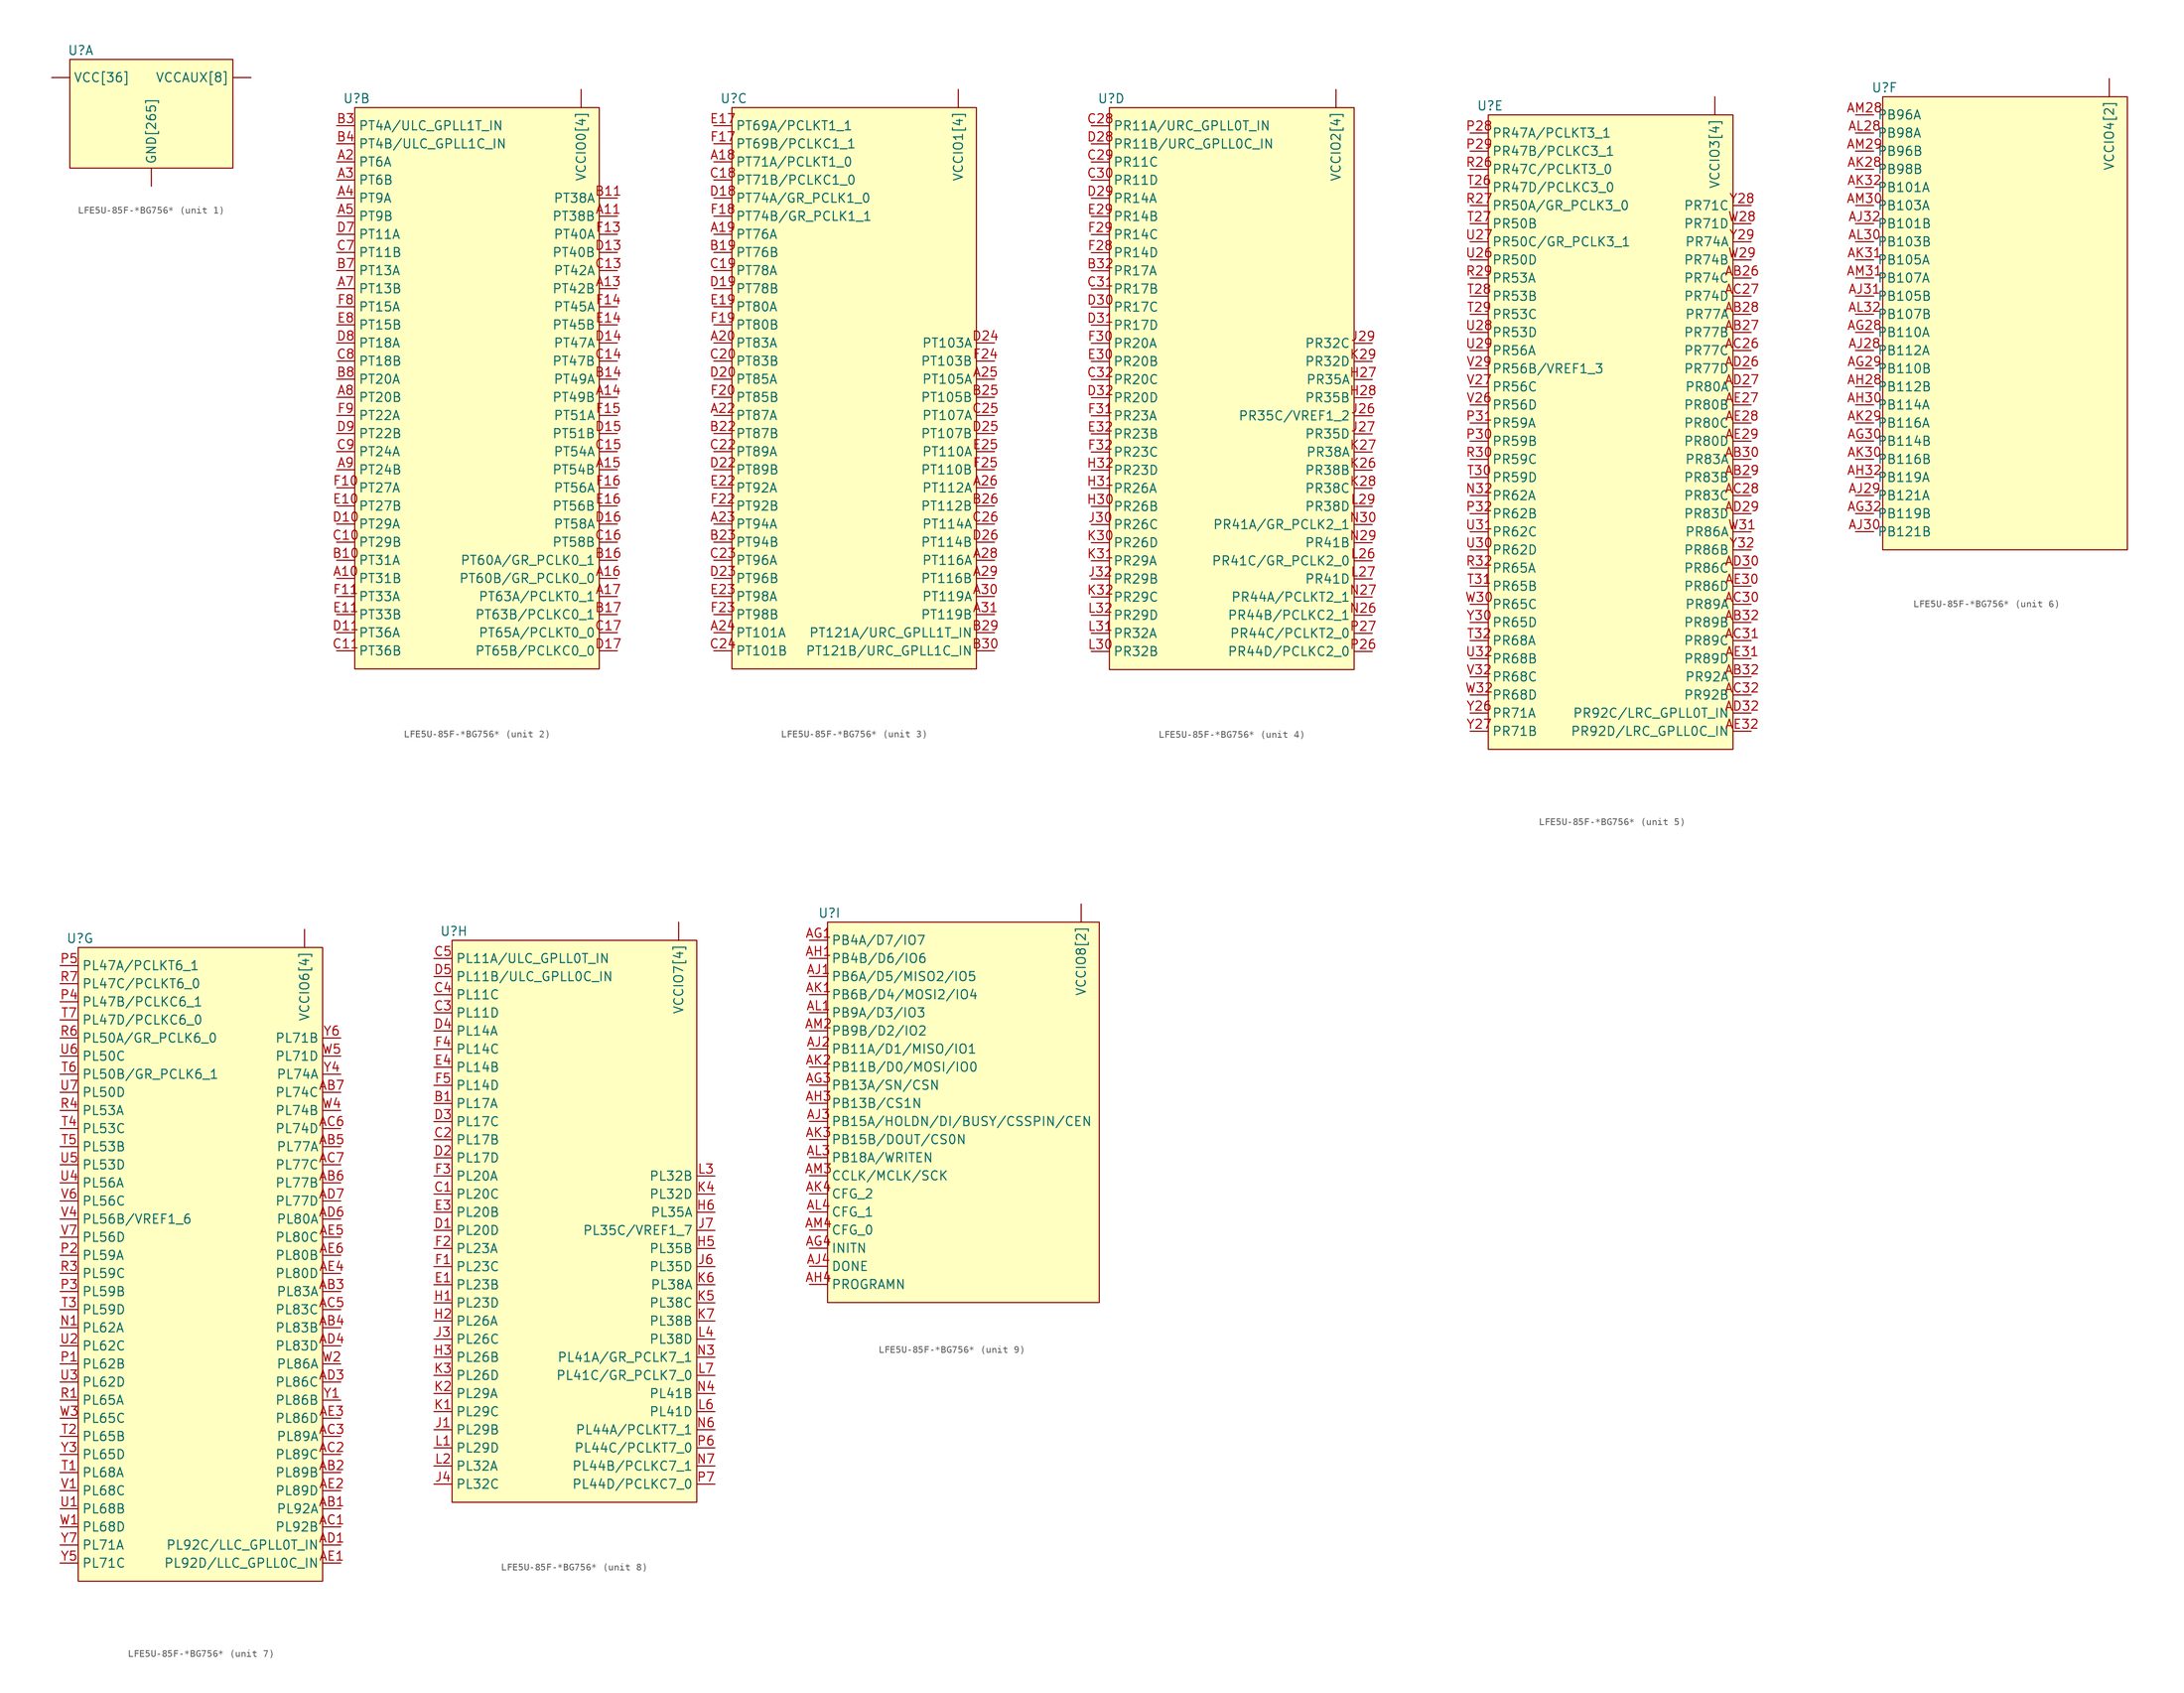
<source format=kicad_sym>
(kicad_symbol_lib
  (version 20231120)
  (generator "kicad_symbol_editor")
  (generator_version "8.0")
  (symbol "LFE5U-85F-*BG756*"
    (property "Reference" "U"
      (at -1.016 3.81 0)
      (effects (font (size 1.27 1.27))))
    (property "Value" ""
      (at 1.27 0 0)
      (effects (font (size 1.27 1.27))))
    (property "ki_locked" ""
      (at 0 0 0)
      (effects (font (size 1.27 1.27))))
    (symbol "LFE5U-85F-*BG756*_1_0"
      (pin power_in line (at 8.89 -15.24 90) (length 2.54) (name "GND[265]" (effects (font (size 1.27 1.27)))) (number "" (effects (font (size 1.27 1.27)))))
      (pin power_in line (at 22.86 0 180) (length 2.54) (name "VCCAUX[8]" (effects (font (size 1.27 1.27)))) (number "" (effects (font (size 1.27 1.27)))))
      (pin power_in line (at -5.08 0 0) (length 2.54) (name "VCC[36]" (effects (font (size 1.27 1.27)))) (number "" (effects (font (size 1.27 1.27)))))
      (pin power_in line (at 8.89 -15.24 90) (length 2.54) hide (name "GND" (effects (font (size 1.27 1.27)))) (number "AA11" (effects (font (size 1.27 1.27)))))
      (pin power_in line (at -5.08 0 0) (length 2.54) hide (name "VCC" (effects (font (size 1.27 1.27)))) (number "AA12" (effects (font (size 1.27 1.27)))))
      (pin power_in line (at -5.08 0 0) (length 2.54) hide (name "VCC" (effects (font (size 1.27 1.27)))) (number "AA13" (effects (font (size 1.27 1.27)))))
      (pin power_in line (at -5.08 0 0) (length 2.54) hide (name "VCC" (effects (font (size 1.27 1.27)))) (number "AA14" (effects (font (size 1.27 1.27)))))
      (pin power_in line (at -5.08 0 0) (length 2.54) hide (name "VCC" (effects (font (size 1.27 1.27)))) (number "AA15" (effects (font (size 1.27 1.27)))))
      (pin power_in line (at -5.08 0 0) (length 2.54) hide (name "VCC" (effects (font (size 1.27 1.27)))) (number "AA16" (effects (font (size 1.27 1.27)))))
      (pin power_in line (at -5.08 0 0) (length 2.54) hide (name "VCC" (effects (font (size 1.27 1.27)))) (number "AA17" (effects (font (size 1.27 1.27)))))
      (pin power_in line (at -5.08 0 0) (length 2.54) hide (name "VCC" (effects (font (size 1.27 1.27)))) (number "AA18" (effects (font (size 1.27 1.27)))))
      (pin power_in line (at -5.08 0 0) (length 2.54) hide (name "VCC" (effects (font (size 1.27 1.27)))) (number "AA19" (effects (font (size 1.27 1.27)))))
      (pin power_in line (at -5.08 0 0) (length 2.54) hide (name "VCC" (effects (font (size 1.27 1.27)))) (number "AA20" (effects (font (size 1.27 1.27)))))
      (pin power_in line (at -5.08 0 0) (length 2.54) hide (name "VCC" (effects (font (size 1.27 1.27)))) (number "AA21" (effects (font (size 1.27 1.27)))))
      (pin power_in line (at 8.89 -15.24 90) (length 2.54) hide (name "GND" (effects (font (size 1.27 1.27)))) (number "AA22" (effects (font (size 1.27 1.27)))))
      (pin power_in line (at 8.89 -15.24 90) (length 2.54) hide (name "GND" (effects (font (size 1.27 1.27)))) (number "AB11" (effects (font (size 1.27 1.27)))))
      (pin power_in line (at 8.89 -15.24 90) (length 2.54) hide (name "GND" (effects (font (size 1.27 1.27)))) (number "AB12" (effects (font (size 1.27 1.27)))))
      (pin power_in line (at 8.89 -15.24 90) (length 2.54) hide (name "GND" (effects (font (size 1.27 1.27)))) (number "AB13" (effects (font (size 1.27 1.27)))))
      (pin power_in line (at 8.89 -15.24 90) (length 2.54) hide (name "GND" (effects (font (size 1.27 1.27)))) (number "AB14" (effects (font (size 1.27 1.27)))))
      (pin power_in line (at 8.89 -15.24 90) (length 2.54) hide (name "GND" (effects (font (size 1.27 1.27)))) (number "AB15" (effects (font (size 1.27 1.27)))))
      (pin power_in line (at 8.89 -15.24 90) (length 2.54) hide (name "GND" (effects (font (size 1.27 1.27)))) (number "AB16" (effects (font (size 1.27 1.27)))))
      (pin power_in line (at 8.89 -15.24 90) (length 2.54) hide (name "GND" (effects (font (size 1.27 1.27)))) (number "AB17" (effects (font (size 1.27 1.27)))))
      (pin power_in line (at 8.89 -15.24 90) (length 2.54) hide (name "GND" (effects (font (size 1.27 1.27)))) (number "AB18" (effects (font (size 1.27 1.27)))))
      (pin power_in line (at 8.89 -15.24 90) (length 2.54) hide (name "GND" (effects (font (size 1.27 1.27)))) (number "AB19" (effects (font (size 1.27 1.27)))))
      (pin power_in line (at 8.89 -15.24 90) (length 2.54) hide (name "GND" (effects (font (size 1.27 1.27)))) (number "AB20" (effects (font (size 1.27 1.27)))))
      (pin power_in line (at 8.89 -15.24 90) (length 2.54) hide (name "GND" (effects (font (size 1.27 1.27)))) (number "AB21" (effects (font (size 1.27 1.27)))))
      (pin power_in line (at 8.89 -15.24 90) (length 2.54) hide (name "GND" (effects (font (size 1.27 1.27)))) (number "AB22" (effects (font (size 1.27 1.27)))))
      (pin power_in line (at 22.86 0 180) (length 2.54) hide (name "VCCAUX" (effects (font (size 1.27 1.27)))) (number "AC11" (effects (font (size 1.27 1.27)))))
      (pin power_in line (at 8.89 -15.24 90) (length 2.54) hide (name "GND" (effects (font (size 1.27 1.27)))) (number "AC12" (effects (font (size 1.27 1.27)))))
      (pin power_in line (at 8.89 -15.24 90) (length 2.54) hide (name "GND" (effects (font (size 1.27 1.27)))) (number "AC13" (effects (font (size 1.27 1.27)))))
      (pin power_in line (at 8.89 -15.24 90) (length 2.54) hide (name "GND" (effects (font (size 1.27 1.27)))) (number "AC14" (effects (font (size 1.27 1.27)))))
      (pin power_in line (at 8.89 -15.24 90) (length 2.54) hide (name "GND" (effects (font (size 1.27 1.27)))) (number "AC15" (effects (font (size 1.27 1.27)))))
      (pin power_in line (at 8.89 -15.24 90) (length 2.54) hide (name "GND" (effects (font (size 1.27 1.27)))) (number "AC16" (effects (font (size 1.27 1.27)))))
      (pin power_in line (at 8.89 -15.24 90) (length 2.54) hide (name "GND" (effects (font (size 1.27 1.27)))) (number "AC17" (effects (font (size 1.27 1.27)))))
      (pin power_in line (at 8.89 -15.24 90) (length 2.54) hide (name "GND" (effects (font (size 1.27 1.27)))) (number "AC18" (effects (font (size 1.27 1.27)))))
      (pin power_in line (at 8.89 -15.24 90) (length 2.54) hide (name "GND" (effects (font (size 1.27 1.27)))) (number "AC19" (effects (font (size 1.27 1.27)))))
      (pin power_in line (at 8.89 -15.24 90) (length 2.54) hide (name "GND" (effects (font (size 1.27 1.27)))) (number "AC20" (effects (font (size 1.27 1.27)))))
      (pin power_in line (at 8.89 -15.24 90) (length 2.54) hide (name "GND" (effects (font (size 1.27 1.27)))) (number "AC21" (effects (font (size 1.27 1.27)))))
      (pin power_in line (at 22.86 0 180) (length 2.54) hide (name "VCCAUX" (effects (font (size 1.27 1.27)))) (number "AC22" (effects (font (size 1.27 1.27)))))
      (pin power_in line (at 8.89 -15.24 90) (length 2.54) hide (name "GND" (effects (font (size 1.27 1.27)))) (number "AD2" (effects (font (size 1.27 1.27)))))
      (pin power_in line (at 8.89 -15.24 90) (length 2.54) hide (name "GND" (effects (font (size 1.27 1.27)))) (number "AD28" (effects (font (size 1.27 1.27)))))
      (pin power_in line (at 8.89 -15.24 90) (length 2.54) hide (name "GND" (effects (font (size 1.27 1.27)))) (number "AD31" (effects (font (size 1.27 1.27)))))
      (pin power_in line (at 8.89 -15.24 90) (length 2.54) hide (name "GND" (effects (font (size 1.27 1.27)))) (number "AD5" (effects (font (size 1.27 1.27)))))
      (pin power_in line (at 8.89 -15.24 90) (length 2.54) hide (name "GND" (effects (font (size 1.27 1.27)))) (number "AF11" (effects (font (size 1.27 1.27)))))
      (pin power_in line (at 8.89 -15.24 90) (length 2.54) hide (name "GND" (effects (font (size 1.27 1.27)))) (number "AF12" (effects (font (size 1.27 1.27)))))
      (pin power_in line (at 8.89 -15.24 90) (length 2.54) hide (name "GND" (effects (font (size 1.27 1.27)))) (number "AF14" (effects (font (size 1.27 1.27)))))
      (pin power_in line (at 8.89 -15.24 90) (length 2.54) hide (name "GND" (effects (font (size 1.27 1.27)))) (number "AF15" (effects (font (size 1.27 1.27)))))
      (pin power_in line (at 8.89 -15.24 90) (length 2.54) hide (name "GND" (effects (font (size 1.27 1.27)))) (number "AF16" (effects (font (size 1.27 1.27)))))
      (pin power_in line (at 8.89 -15.24 90) (length 2.54) hide (name "GND" (effects (font (size 1.27 1.27)))) (number "AF17" (effects (font (size 1.27 1.27)))))
      (pin power_in line (at 8.89 -15.24 90) (length 2.54) hide (name "GND" (effects (font (size 1.27 1.27)))) (number "AF19" (effects (font (size 1.27 1.27)))))
      (pin power_in line (at 8.89 -15.24 90) (length 2.54) hide (name "GND" (effects (font (size 1.27 1.27)))) (number "AF20" (effects (font (size 1.27 1.27)))))
      (pin power_in line (at 8.89 -15.24 90) (length 2.54) hide (name "GND" (effects (font (size 1.27 1.27)))) (number "AF22" (effects (font (size 1.27 1.27)))))
      (pin power_in line (at 8.89 -15.24 90) (length 2.54) hide (name "GND" (effects (font (size 1.27 1.27)))) (number "AF23" (effects (font (size 1.27 1.27)))))
      (pin power_in line (at 8.89 -15.24 90) (length 2.54) hide (name "GND" (effects (font (size 1.27 1.27)))) (number "AG11" (effects (font (size 1.27 1.27)))))
      (pin power_in line (at 8.89 -15.24 90) (length 2.54) hide (name "GND" (effects (font (size 1.27 1.27)))) (number "AG12" (effects (font (size 1.27 1.27)))))
      (pin power_in line (at 8.89 -15.24 90) (length 2.54) hide (name "GND" (effects (font (size 1.27 1.27)))) (number "AG14" (effects (font (size 1.27 1.27)))))
      (pin power_in line (at 8.89 -15.24 90) (length 2.54) hide (name "GND" (effects (font (size 1.27 1.27)))) (number "AG15" (effects (font (size 1.27 1.27)))))
      (pin power_in line (at 8.89 -15.24 90) (length 2.54) hide (name "GND" (effects (font (size 1.27 1.27)))) (number "AG16" (effects (font (size 1.27 1.27)))))
      (pin power_in line (at 8.89 -15.24 90) (length 2.54) hide (name "GND" (effects (font (size 1.27 1.27)))) (number "AG17" (effects (font (size 1.27 1.27)))))
      (pin power_in line (at 8.89 -15.24 90) (length 2.54) hide (name "GND" (effects (font (size 1.27 1.27)))) (number "AG19" (effects (font (size 1.27 1.27)))))
      (pin power_in line (at 8.89 -15.24 90) (length 2.54) hide (name "GND" (effects (font (size 1.27 1.27)))) (number "AG20" (effects (font (size 1.27 1.27)))))
      (pin power_in line (at 8.89 -15.24 90) (length 2.54) hide (name "GND" (effects (font (size 1.27 1.27)))) (number "AG22" (effects (font (size 1.27 1.27)))))
      (pin power_in line (at 8.89 -15.24 90) (length 2.54) hide (name "GND" (effects (font (size 1.27 1.27)))) (number "AG23" (effects (font (size 1.27 1.27)))))
      (pin power_in line (at 8.89 -15.24 90) (length 2.54) hide (name "GND" (effects (font (size 1.27 1.27)))) (number "AG9" (effects (font (size 1.27 1.27)))))
      (pin power_in line (at 8.89 -15.24 90) (length 2.54) hide (name "GND" (effects (font (size 1.27 1.27)))) (number "AH11" (effects (font (size 1.27 1.27)))))
      (pin power_in line (at 8.89 -15.24 90) (length 2.54) hide (name "GND" (effects (font (size 1.27 1.27)))) (number "AH12" (effects (font (size 1.27 1.27)))))
      (pin power_in line (at 8.89 -15.24 90) (length 2.54) hide (name "GND" (effects (font (size 1.27 1.27)))) (number "AH14" (effects (font (size 1.27 1.27)))))
      (pin power_in line (at 8.89 -15.24 90) (length 2.54) hide (name "GND" (effects (font (size 1.27 1.27)))) (number "AH15" (effects (font (size 1.27 1.27)))))
      (pin power_in line (at 8.89 -15.24 90) (length 2.54) hide (name "GND" (effects (font (size 1.27 1.27)))) (number "AH16" (effects (font (size 1.27 1.27)))))
      (pin power_in line (at 8.89 -15.24 90) (length 2.54) hide (name "GND" (effects (font (size 1.27 1.27)))) (number "AH17" (effects (font (size 1.27 1.27)))))
      (pin power_in line (at 8.89 -15.24 90) (length 2.54) hide (name "GND" (effects (font (size 1.27 1.27)))) (number "AH19" (effects (font (size 1.27 1.27)))))
      (pin power_in line (at 8.89 -15.24 90) (length 2.54) hide (name "GND" (effects (font (size 1.27 1.27)))) (number "AH2" (effects (font (size 1.27 1.27)))))
      (pin power_in line (at 8.89 -15.24 90) (length 2.54) hide (name "GND" (effects (font (size 1.27 1.27)))) (number "AH20" (effects (font (size 1.27 1.27)))))
      (pin power_in line (at 8.89 -15.24 90) (length 2.54) hide (name "GND" (effects (font (size 1.27 1.27)))) (number "AH22" (effects (font (size 1.27 1.27)))))
      (pin power_in line (at 8.89 -15.24 90) (length 2.54) hide (name "GND" (effects (font (size 1.27 1.27)))) (number "AH23" (effects (font (size 1.27 1.27)))))
      (pin power_in line (at 8.89 -15.24 90) (length 2.54) hide (name "GND" (effects (font (size 1.27 1.27)))) (number "AH24" (effects (font (size 1.27 1.27)))))
      (pin power_in line (at 8.89 -15.24 90) (length 2.54) hide (name "GND" (effects (font (size 1.27 1.27)))) (number "AH25" (effects (font (size 1.27 1.27)))))
      (pin power_in line (at 8.89 -15.24 90) (length 2.54) hide (name "GND" (effects (font (size 1.27 1.27)))) (number "AH26" (effects (font (size 1.27 1.27)))))
      (pin power_in line (at 8.89 -15.24 90) (length 2.54) hide (name "GND" (effects (font (size 1.27 1.27)))) (number "AH29" (effects (font (size 1.27 1.27)))))
      (pin power_in line (at 8.89 -15.24 90) (length 2.54) hide (name "GND" (effects (font (size 1.27 1.27)))) (number "AH31" (effects (font (size 1.27 1.27)))))
      (pin power_in line (at 8.89 -15.24 90) (length 2.54) hide (name "GND" (effects (font (size 1.27 1.27)))) (number "AH5" (effects (font (size 1.27 1.27)))))
      (pin power_in line (at 8.89 -15.24 90) (length 2.54) hide (name "GND" (effects (font (size 1.27 1.27)))) (number "AH7" (effects (font (size 1.27 1.27)))))
      (pin power_in line (at 8.89 -15.24 90) (length 2.54) hide (name "GND" (effects (font (size 1.27 1.27)))) (number "AH8" (effects (font (size 1.27 1.27)))))
      (pin power_in line (at 8.89 -15.24 90) (length 2.54) hide (name "GND" (effects (font (size 1.27 1.27)))) (number "AH9" (effects (font (size 1.27 1.27)))))
      (pin power_in line (at 8.89 -15.24 90) (length 2.54) hide (name "GND" (effects (font (size 1.27 1.27)))) (number "AJ10" (effects (font (size 1.27 1.27)))))
      (pin power_in line (at 8.89 -15.24 90) (length 2.54) hide (name "GND" (effects (font (size 1.27 1.27)))) (number "AJ11" (effects (font (size 1.27 1.27)))))
      (pin power_in line (at 8.89 -15.24 90) (length 2.54) hide (name "GND" (effects (font (size 1.27 1.27)))) (number "AJ12" (effects (font (size 1.27 1.27)))))
      (pin power_in line (at 8.89 -15.24 90) (length 2.54) hide (name "GND" (effects (font (size 1.27 1.27)))) (number "AJ13" (effects (font (size 1.27 1.27)))))
      (pin power_in line (at 8.89 -15.24 90) (length 2.54) hide (name "GND" (effects (font (size 1.27 1.27)))) (number "AJ14" (effects (font (size 1.27 1.27)))))
      (pin power_in line (at 8.89 -15.24 90) (length 2.54) hide (name "GND" (effects (font (size 1.27 1.27)))) (number "AJ15" (effects (font (size 1.27 1.27)))))
      (pin power_in line (at 8.89 -15.24 90) (length 2.54) hide (name "GND" (effects (font (size 1.27 1.27)))) (number "AJ16" (effects (font (size 1.27 1.27)))))
      (pin power_in line (at 8.89 -15.24 90) (length 2.54) hide (name "GND" (effects (font (size 1.27 1.27)))) (number "AJ17" (effects (font (size 1.27 1.27)))))
      (pin power_in line (at 8.89 -15.24 90) (length 2.54) hide (name "GND" (effects (font (size 1.27 1.27)))) (number "AJ18" (effects (font (size 1.27 1.27)))))
      (pin power_in line (at 8.89 -15.24 90) (length 2.54) hide (name "GND" (effects (font (size 1.27 1.27)))) (number "AJ19" (effects (font (size 1.27 1.27)))))
      (pin power_in line (at 8.89 -15.24 90) (length 2.54) hide (name "GND" (effects (font (size 1.27 1.27)))) (number "AJ20" (effects (font (size 1.27 1.27)))))
      (pin power_in line (at 8.89 -15.24 90) (length 2.54) hide (name "GND" (effects (font (size 1.27 1.27)))) (number "AJ21" (effects (font (size 1.27 1.27)))))
      (pin power_in line (at 8.89 -15.24 90) (length 2.54) hide (name "GND" (effects (font (size 1.27 1.27)))) (number "AJ22" (effects (font (size 1.27 1.27)))))
      (pin power_in line (at 8.89 -15.24 90) (length 2.54) hide (name "GND" (effects (font (size 1.27 1.27)))) (number "AJ23" (effects (font (size 1.27 1.27)))))
      (pin power_in line (at 8.89 -15.24 90) (length 2.54) hide (name "GND" (effects (font (size 1.27 1.27)))) (number "AJ24" (effects (font (size 1.27 1.27)))))
      (pin power_in line (at 8.89 -15.24 90) (length 2.54) hide (name "GND" (effects (font (size 1.27 1.27)))) (number "AJ25" (effects (font (size 1.27 1.27)))))
      (pin power_in line (at 8.89 -15.24 90) (length 2.54) hide (name "GND" (effects (font (size 1.27 1.27)))) (number "AJ26" (effects (font (size 1.27 1.27)))))
      (pin power_in line (at 8.89 -15.24 90) (length 2.54) hide (name "GND" (effects (font (size 1.27 1.27)))) (number "AJ7" (effects (font (size 1.27 1.27)))))
      (pin power_in line (at 8.89 -15.24 90) (length 2.54) hide (name "GND" (effects (font (size 1.27 1.27)))) (number "AJ8" (effects (font (size 1.27 1.27)))))
      (pin power_in line (at 8.89 -15.24 90) (length 2.54) hide (name "GND" (effects (font (size 1.27 1.27)))) (number "AJ9" (effects (font (size 1.27 1.27)))))
      (pin power_in line (at 8.89 -15.24 90) (length 2.54) hide (name "GND" (effects (font (size 1.27 1.27)))) (number "AK11" (effects (font (size 1.27 1.27)))))
      (pin power_in line (at 8.89 -15.24 90) (length 2.54) hide (name "GND" (effects (font (size 1.27 1.27)))) (number "AK14" (effects (font (size 1.27 1.27)))))
      (pin power_in line (at 8.89 -15.24 90) (length 2.54) hide (name "GND" (effects (font (size 1.27 1.27)))) (number "AK17" (effects (font (size 1.27 1.27)))))
      (pin power_in line (at 8.89 -15.24 90) (length 2.54) hide (name "GND" (effects (font (size 1.27 1.27)))) (number "AK20" (effects (font (size 1.27 1.27)))))
      (pin power_in line (at 8.89 -15.24 90) (length 2.54) hide (name "GND" (effects (font (size 1.27 1.27)))) (number "AK23" (effects (font (size 1.27 1.27)))))
      (pin power_in line (at 8.89 -15.24 90) (length 2.54) hide (name "GND" (effects (font (size 1.27 1.27)))) (number "AK26" (effects (font (size 1.27 1.27)))))
      (pin power_in line (at 8.89 -15.24 90) (length 2.54) hide (name "GND" (effects (font (size 1.27 1.27)))) (number "AK7" (effects (font (size 1.27 1.27)))))
      (pin power_in line (at 8.89 -15.24 90) (length 2.54) hide (name "GND" (effects (font (size 1.27 1.27)))) (number "AK8" (effects (font (size 1.27 1.27)))))
      (pin power_in line (at 8.89 -15.24 90) (length 2.54) hide (name "GND" (effects (font (size 1.27 1.27)))) (number "AL11" (effects (font (size 1.27 1.27)))))
      (pin power_in line (at 8.89 -15.24 90) (length 2.54) hide (name "GND" (effects (font (size 1.27 1.27)))) (number "AL12" (effects (font (size 1.27 1.27)))))
      (pin power_in line (at 8.89 -15.24 90) (length 2.54) hide (name "GND" (effects (font (size 1.27 1.27)))) (number "AL14" (effects (font (size 1.27 1.27)))))
      (pin power_in line (at 8.89 -15.24 90) (length 2.54) hide (name "GND" (effects (font (size 1.27 1.27)))) (number "AL15" (effects (font (size 1.27 1.27)))))
      (pin power_in line (at 8.89 -15.24 90) (length 2.54) hide (name "GND" (effects (font (size 1.27 1.27)))) (number "AL17" (effects (font (size 1.27 1.27)))))
      (pin power_in line (at 8.89 -15.24 90) (length 2.54) hide (name "GND" (effects (font (size 1.27 1.27)))) (number "AL18" (effects (font (size 1.27 1.27)))))
      (pin power_in line (at 8.89 -15.24 90) (length 2.54) hide (name "GND" (effects (font (size 1.27 1.27)))) (number "AL2" (effects (font (size 1.27 1.27)))))
      (pin power_in line (at 8.89 -15.24 90) (length 2.54) hide (name "GND" (effects (font (size 1.27 1.27)))) (number "AL20" (effects (font (size 1.27 1.27)))))
      (pin power_in line (at 8.89 -15.24 90) (length 2.54) hide (name "GND" (effects (font (size 1.27 1.27)))) (number "AL21" (effects (font (size 1.27 1.27)))))
      (pin power_in line (at 8.89 -15.24 90) (length 2.54) hide (name "GND" (effects (font (size 1.27 1.27)))) (number "AL23" (effects (font (size 1.27 1.27)))))
      (pin power_in line (at 8.89 -15.24 90) (length 2.54) hide (name "GND" (effects (font (size 1.27 1.27)))) (number "AL24" (effects (font (size 1.27 1.27)))))
      (pin power_in line (at 8.89 -15.24 90) (length 2.54) hide (name "GND" (effects (font (size 1.27 1.27)))) (number "AL26" (effects (font (size 1.27 1.27)))))
      (pin power_in line (at 8.89 -15.24 90) (length 2.54) hide (name "GND" (effects (font (size 1.27 1.27)))) (number "AL29" (effects (font (size 1.27 1.27)))))
      (pin power_in line (at 8.89 -15.24 90) (length 2.54) hide (name "GND" (effects (font (size 1.27 1.27)))) (number "AL31" (effects (font (size 1.27 1.27)))))
      (pin power_in line (at 8.89 -15.24 90) (length 2.54) hide (name "GND" (effects (font (size 1.27 1.27)))) (number "AL5" (effects (font (size 1.27 1.27)))))
      (pin power_in line (at 8.89 -15.24 90) (length 2.54) hide (name "GND" (effects (font (size 1.27 1.27)))) (number "AL7" (effects (font (size 1.27 1.27)))))
      (pin power_in line (at 8.89 -15.24 90) (length 2.54) hide (name "GND" (effects (font (size 1.27 1.27)))) (number "AL8" (effects (font (size 1.27 1.27)))))
      (pin power_in line (at 8.89 -15.24 90) (length 2.54) hide (name "GND" (effects (font (size 1.27 1.27)))) (number "AL9" (effects (font (size 1.27 1.27)))))
      (pin power_in line (at 8.89 -15.24 90) (length 2.54) hide (name "GND" (effects (font (size 1.27 1.27)))) (number "AM11" (effects (font (size 1.27 1.27)))))
      (pin power_in line (at 8.89 -15.24 90) (length 2.54) hide (name "GND" (effects (font (size 1.27 1.27)))) (number "AM12" (effects (font (size 1.27 1.27)))))
      (pin power_in line (at 8.89 -15.24 90) (length 2.54) hide (name "GND" (effects (font (size 1.27 1.27)))) (number "AM14" (effects (font (size 1.27 1.27)))))
      (pin power_in line (at 8.89 -15.24 90) (length 2.54) hide (name "GND" (effects (font (size 1.27 1.27)))) (number "AM15" (effects (font (size 1.27 1.27)))))
      (pin power_in line (at 8.89 -15.24 90) (length 2.54) hide (name "GND" (effects (font (size 1.27 1.27)))) (number "AM17" (effects (font (size 1.27 1.27)))))
      (pin power_in line (at 8.89 -15.24 90) (length 2.54) hide (name "GND" (effects (font (size 1.27 1.27)))) (number "AM18" (effects (font (size 1.27 1.27)))))
      (pin power_in line (at 8.89 -15.24 90) (length 2.54) hide (name "GND" (effects (font (size 1.27 1.27)))) (number "AM20" (effects (font (size 1.27 1.27)))))
      (pin power_in line (at 8.89 -15.24 90) (length 2.54) hide (name "GND" (effects (font (size 1.27 1.27)))) (number "AM21" (effects (font (size 1.27 1.27)))))
      (pin power_in line (at 8.89 -15.24 90) (length 2.54) hide (name "GND" (effects (font (size 1.27 1.27)))) (number "AM23" (effects (font (size 1.27 1.27)))))
      (pin power_in line (at 8.89 -15.24 90) (length 2.54) hide (name "GND" (effects (font (size 1.27 1.27)))) (number "AM24" (effects (font (size 1.27 1.27)))))
      (pin power_in line (at 8.89 -15.24 90) (length 2.54) hide (name "GND" (effects (font (size 1.27 1.27)))) (number "AM26" (effects (font (size 1.27 1.27)))))
      (pin power_in line (at 8.89 -15.24 90) (length 2.54) hide (name "GND" (effects (font (size 1.27 1.27)))) (number "AM7" (effects (font (size 1.27 1.27)))))
      (pin power_in line (at 8.89 -15.24 90) (length 2.54) hide (name "GND" (effects (font (size 1.27 1.27)))) (number "AM8" (effects (font (size 1.27 1.27)))))
      (pin power_in line (at 8.89 -15.24 90) (length 2.54) hide (name "GND" (effects (font (size 1.27 1.27)))) (number "AM9" (effects (font (size 1.27 1.27)))))
      (pin power_in line (at 8.89 -15.24 90) (length 2.54) hide (name "GND" (effects (font (size 1.27 1.27)))) (number "B13" (effects (font (size 1.27 1.27)))))
      (pin power_in line (at 8.89 -15.24 90) (length 2.54) hide (name "GND" (effects (font (size 1.27 1.27)))) (number "B15" (effects (font (size 1.27 1.27)))))
      (pin power_in line (at 8.89 -15.24 90) (length 2.54) hide (name "GND" (effects (font (size 1.27 1.27)))) (number "B18" (effects (font (size 1.27 1.27)))))
      (pin power_in line (at 8.89 -15.24 90) (length 2.54) hide (name "GND" (effects (font (size 1.27 1.27)))) (number "B2" (effects (font (size 1.27 1.27)))))
      (pin power_in line (at 8.89 -15.24 90) (length 2.54) hide (name "GND" (effects (font (size 1.27 1.27)))) (number "B20" (effects (font (size 1.27 1.27)))))
      (pin power_in line (at 8.89 -15.24 90) (length 2.54) hide (name "GND" (effects (font (size 1.27 1.27)))) (number "B24" (effects (font (size 1.27 1.27)))))
      (pin power_in line (at 8.89 -15.24 90) (length 2.54) hide (name "GND" (effects (font (size 1.27 1.27)))) (number "B28" (effects (font (size 1.27 1.27)))))
      (pin power_in line (at 8.89 -15.24 90) (length 2.54) hide (name "GND" (effects (font (size 1.27 1.27)))) (number "B31" (effects (font (size 1.27 1.27)))))
      (pin power_in line (at 8.89 -15.24 90) (length 2.54) hide (name "GND" (effects (font (size 1.27 1.27)))) (number "B5" (effects (font (size 1.27 1.27)))))
      (pin power_in line (at 8.89 -15.24 90) (length 2.54) hide (name "GND" (effects (font (size 1.27 1.27)))) (number "B9" (effects (font (size 1.27 1.27)))))
      (pin power_in line (at 8.89 -15.24 90) (length 2.54) hide (name "GND" (effects (font (size 1.27 1.27)))) (number "E13" (effects (font (size 1.27 1.27)))))
      (pin power_in line (at 8.89 -15.24 90) (length 2.54) hide (name "GND" (effects (font (size 1.27 1.27)))) (number "E15" (effects (font (size 1.27 1.27)))))
      (pin power_in line (at 8.89 -15.24 90) (length 2.54) hide (name "GND" (effects (font (size 1.27 1.27)))) (number "E18" (effects (font (size 1.27 1.27)))))
      (pin power_in line (at 8.89 -15.24 90) (length 2.54) hide (name "GND" (effects (font (size 1.27 1.27)))) (number "E2" (effects (font (size 1.27 1.27)))))
      (pin power_in line (at 8.89 -15.24 90) (length 2.54) hide (name "GND" (effects (font (size 1.27 1.27)))) (number "E20" (effects (font (size 1.27 1.27)))))
      (pin power_in line (at 8.89 -15.24 90) (length 2.54) hide (name "GND" (effects (font (size 1.27 1.27)))) (number "E24" (effects (font (size 1.27 1.27)))))
      (pin power_in line (at 8.89 -15.24 90) (length 2.54) hide (name "GND" (effects (font (size 1.27 1.27)))) (number "E28" (effects (font (size 1.27 1.27)))))
      (pin power_in line (at 8.89 -15.24 90) (length 2.54) hide (name "GND" (effects (font (size 1.27 1.27)))) (number "E31" (effects (font (size 1.27 1.27)))))
      (pin power_in line (at 8.89 -15.24 90) (length 2.54) hide (name "GND" (effects (font (size 1.27 1.27)))) (number "E5" (effects (font (size 1.27 1.27)))))
      (pin power_in line (at 8.89 -15.24 90) (length 2.54) hide (name "GND" (effects (font (size 1.27 1.27)))) (number "E9" (effects (font (size 1.27 1.27)))))
      (pin power_in line (at 8.89 -15.24 90) (length 2.54) hide (name "GND" (effects (font (size 1.27 1.27)))) (number "J2" (effects (font (size 1.27 1.27)))))
      (pin power_in line (at 8.89 -15.24 90) (length 2.54) hide (name "GND" (effects (font (size 1.27 1.27)))) (number "J28" (effects (font (size 1.27 1.27)))))
      (pin power_in line (at 8.89 -15.24 90) (length 2.54) hide (name "GND" (effects (font (size 1.27 1.27)))) (number "J31" (effects (font (size 1.27 1.27)))))
      (pin power_in line (at 8.89 -15.24 90) (length 2.54) hide (name "GND" (effects (font (size 1.27 1.27)))) (number "J5" (effects (font (size 1.27 1.27)))))
      (pin power_in line (at 8.89 -15.24 90) (length 2.54) hide (name "GND" (effects (font (size 1.27 1.27)))) (number "K10" (effects (font (size 1.27 1.27)))))
      (pin power_in line (at 8.89 -15.24 90) (length 2.54) hide (name "GND" (effects (font (size 1.27 1.27)))) (number "K11" (effects (font (size 1.27 1.27)))))
      (pin power_in line (at 22.86 0 180) (length 2.54) hide (name "VCCAUX" (effects (font (size 1.27 1.27)))) (number "K13" (effects (font (size 1.27 1.27)))))
      (pin power_in line (at 22.86 0 180) (length 2.54) hide (name "VCCAUX" (effects (font (size 1.27 1.27)))) (number "K20" (effects (font (size 1.27 1.27)))))
      (pin power_in line (at 8.89 -15.24 90) (length 2.54) hide (name "GND" (effects (font (size 1.27 1.27)))) (number "K22" (effects (font (size 1.27 1.27)))))
      (pin power_in line (at 8.89 -15.24 90) (length 2.54) hide (name "GND" (effects (font (size 1.27 1.27)))) (number "K23" (effects (font (size 1.27 1.27)))))
      (pin power_in line (at 8.89 -15.24 90) (length 2.54) hide (name "GND" (effects (font (size 1.27 1.27)))) (number "L10" (effects (font (size 1.27 1.27)))))
      (pin power_in line (at 8.89 -15.24 90) (length 2.54) hide (name "GND" (effects (font (size 1.27 1.27)))) (number "L11" (effects (font (size 1.27 1.27)))))
      (pin power_in line (at 8.89 -15.24 90) (length 2.54) hide (name "GND" (effects (font (size 1.27 1.27)))) (number "L12" (effects (font (size 1.27 1.27)))))
      (pin power_in line (at 8.89 -15.24 90) (length 2.54) hide (name "GND" (effects (font (size 1.27 1.27)))) (number "L13" (effects (font (size 1.27 1.27)))))
      (pin power_in line (at 8.89 -15.24 90) (length 2.54) hide (name "GND" (effects (font (size 1.27 1.27)))) (number "L14" (effects (font (size 1.27 1.27)))))
      (pin power_in line (at 8.89 -15.24 90) (length 2.54) hide (name "GND" (effects (font (size 1.27 1.27)))) (number "L15" (effects (font (size 1.27 1.27)))))
      (pin power_in line (at 8.89 -15.24 90) (length 2.54) hide (name "GND" (effects (font (size 1.27 1.27)))) (number "L16" (effects (font (size 1.27 1.27)))))
      (pin power_in line (at 8.89 -15.24 90) (length 2.54) hide (name "GND" (effects (font (size 1.27 1.27)))) (number "L17" (effects (font (size 1.27 1.27)))))
      (pin power_in line (at 8.89 -15.24 90) (length 2.54) hide (name "GND" (effects (font (size 1.27 1.27)))) (number "L18" (effects (font (size 1.27 1.27)))))
      (pin power_in line (at 8.89 -15.24 90) (length 2.54) hide (name "GND" (effects (font (size 1.27 1.27)))) (number "L19" (effects (font (size 1.27 1.27)))))
      (pin power_in line (at 8.89 -15.24 90) (length 2.54) hide (name "GND" (effects (font (size 1.27 1.27)))) (number "L20" (effects (font (size 1.27 1.27)))))
      (pin power_in line (at 8.89 -15.24 90) (length 2.54) hide (name "GND" (effects (font (size 1.27 1.27)))) (number "L21" (effects (font (size 1.27 1.27)))))
      (pin power_in line (at 8.89 -15.24 90) (length 2.54) hide (name "GND" (effects (font (size 1.27 1.27)))) (number "L22" (effects (font (size 1.27 1.27)))))
      (pin power_in line (at 8.89 -15.24 90) (length 2.54) hide (name "GND" (effects (font (size 1.27 1.27)))) (number "L23" (effects (font (size 1.27 1.27)))))
      (pin power_in line (at 8.89 -15.24 90) (length 2.54) hide (name "GND" (effects (font (size 1.27 1.27)))) (number "M11" (effects (font (size 1.27 1.27)))))
      (pin power_in line (at -5.08 0 0) (length 2.54) hide (name "VCC" (effects (font (size 1.27 1.27)))) (number "M12" (effects (font (size 1.27 1.27)))))
      (pin power_in line (at -5.08 0 0) (length 2.54) hide (name "VCC" (effects (font (size 1.27 1.27)))) (number "M13" (effects (font (size 1.27 1.27)))))
      (pin power_in line (at -5.08 0 0) (length 2.54) hide (name "VCC" (effects (font (size 1.27 1.27)))) (number "M14" (effects (font (size 1.27 1.27)))))
      (pin power_in line (at -5.08 0 0) (length 2.54) hide (name "VCC" (effects (font (size 1.27 1.27)))) (number "M15" (effects (font (size 1.27 1.27)))))
      (pin power_in line (at -5.08 0 0) (length 2.54) hide (name "VCC" (effects (font (size 1.27 1.27)))) (number "M16" (effects (font (size 1.27 1.27)))))
      (pin power_in line (at -5.08 0 0) (length 2.54) hide (name "VCC" (effects (font (size 1.27 1.27)))) (number "M17" (effects (font (size 1.27 1.27)))))
      (pin power_in line (at -5.08 0 0) (length 2.54) hide (name "VCC" (effects (font (size 1.27 1.27)))) (number "M18" (effects (font (size 1.27 1.27)))))
      (pin power_in line (at -5.08 0 0) (length 2.54) hide (name "VCC" (effects (font (size 1.27 1.27)))) (number "M19" (effects (font (size 1.27 1.27)))))
      (pin power_in line (at -5.08 0 0) (length 2.54) hide (name "VCC" (effects (font (size 1.27 1.27)))) (number "M20" (effects (font (size 1.27 1.27)))))
      (pin power_in line (at -5.08 0 0) (length 2.54) hide (name "VCC" (effects (font (size 1.27 1.27)))) (number "M21" (effects (font (size 1.27 1.27)))))
      (pin power_in line (at 8.89 -15.24 90) (length 2.54) hide (name "GND" (effects (font (size 1.27 1.27)))) (number "M22" (effects (font (size 1.27 1.27)))))
      (pin power_in line (at 22.86 0 180) (length 2.54) hide (name "VCCAUX" (effects (font (size 1.27 1.27)))) (number "N10" (effects (font (size 1.27 1.27)))))
      (pin power_in line (at 8.89 -15.24 90) (length 2.54) hide (name "GND" (effects (font (size 1.27 1.27)))) (number "N11" (effects (font (size 1.27 1.27)))))
      (pin power_in line (at -5.08 0 0) (length 2.54) hide (name "VCC" (effects (font (size 1.27 1.27)))) (number "N12" (effects (font (size 1.27 1.27)))))
      (pin power_in line (at 8.89 -15.24 90) (length 2.54) hide (name "GND" (effects (font (size 1.27 1.27)))) (number "N13" (effects (font (size 1.27 1.27)))))
      (pin power_in line (at 8.89 -15.24 90) (length 2.54) hide (name "GND" (effects (font (size 1.27 1.27)))) (number "N14" (effects (font (size 1.27 1.27)))))
      (pin power_in line (at 8.89 -15.24 90) (length 2.54) hide (name "GND" (effects (font (size 1.27 1.27)))) (number "N15" (effects (font (size 1.27 1.27)))))
      (pin power_in line (at 8.89 -15.24 90) (length 2.54) hide (name "GND" (effects (font (size 1.27 1.27)))) (number "N16" (effects (font (size 1.27 1.27)))))
      (pin power_in line (at 8.89 -15.24 90) (length 2.54) hide (name "GND" (effects (font (size 1.27 1.27)))) (number "N17" (effects (font (size 1.27 1.27)))))
      (pin power_in line (at 8.89 -15.24 90) (length 2.54) hide (name "GND" (effects (font (size 1.27 1.27)))) (number "N18" (effects (font (size 1.27 1.27)))))
      (pin power_in line (at 8.89 -15.24 90) (length 2.54) hide (name "GND" (effects (font (size 1.27 1.27)))) (number "N19" (effects (font (size 1.27 1.27)))))
      (pin power_in line (at 8.89 -15.24 90) (length 2.54) hide (name "GND" (effects (font (size 1.27 1.27)))) (number "N2" (effects (font (size 1.27 1.27)))))
      (pin power_in line (at 8.89 -15.24 90) (length 2.54) hide (name "GND" (effects (font (size 1.27 1.27)))) (number "N20" (effects (font (size 1.27 1.27)))))
      (pin power_in line (at -5.08 0 0) (length 2.54) hide (name "VCC" (effects (font (size 1.27 1.27)))) (number "N21" (effects (font (size 1.27 1.27)))))
      (pin power_in line (at 8.89 -15.24 90) (length 2.54) hide (name "GND" (effects (font (size 1.27 1.27)))) (number "N22" (effects (font (size 1.27 1.27)))))
      (pin power_in line (at 22.86 0 180) (length 2.54) hide (name "VCCAUX" (effects (font (size 1.27 1.27)))) (number "N23" (effects (font (size 1.27 1.27)))))
      (pin power_in line (at 8.89 -15.24 90) (length 2.54) hide (name "GND" (effects (font (size 1.27 1.27)))) (number "N28" (effects (font (size 1.27 1.27)))))
      (pin power_in line (at 8.89 -15.24 90) (length 2.54) hide (name "GND" (effects (font (size 1.27 1.27)))) (number "N31" (effects (font (size 1.27 1.27)))))
      (pin power_in line (at 8.89 -15.24 90) (length 2.54) hide (name "GND" (effects (font (size 1.27 1.27)))) (number "N5" (effects (font (size 1.27 1.27)))))
      (pin power_in line (at 8.89 -15.24 90) (length 2.54) hide (name "GND" (effects (font (size 1.27 1.27)))) (number "P11" (effects (font (size 1.27 1.27)))))
      (pin power_in line (at -5.08 0 0) (length 2.54) hide (name "VCC" (effects (font (size 1.27 1.27)))) (number "P12" (effects (font (size 1.27 1.27)))))
      (pin power_in line (at 8.89 -15.24 90) (length 2.54) hide (name "GND" (effects (font (size 1.27 1.27)))) (number "P13" (effects (font (size 1.27 1.27)))))
      (pin power_in line (at 8.89 -15.24 90) (length 2.54) hide (name "GND" (effects (font (size 1.27 1.27)))) (number "P14" (effects (font (size 1.27 1.27)))))
      (pin power_in line (at 8.89 -15.24 90) (length 2.54) hide (name "GND" (effects (font (size 1.27 1.27)))) (number "P15" (effects (font (size 1.27 1.27)))))
      (pin power_in line (at 8.89 -15.24 90) (length 2.54) hide (name "GND" (effects (font (size 1.27 1.27)))) (number "P16" (effects (font (size 1.27 1.27)))))
      (pin power_in line (at 8.89 -15.24 90) (length 2.54) hide (name "GND" (effects (font (size 1.27 1.27)))) (number "P17" (effects (font (size 1.27 1.27)))))
      (pin power_in line (at 8.89 -15.24 90) (length 2.54) hide (name "GND" (effects (font (size 1.27 1.27)))) (number "P18" (effects (font (size 1.27 1.27)))))
      (pin power_in line (at 8.89 -15.24 90) (length 2.54) hide (name "GND" (effects (font (size 1.27 1.27)))) (number "P19" (effects (font (size 1.27 1.27)))))
      (pin power_in line (at -5.08 0 0) (length 2.54) hide (name "VCC" (effects (font (size 1.27 1.27)))) (number "P21" (effects (font (size 1.27 1.27)))))
      (pin power_in line (at 8.89 -15.24 90) (length 2.54) hide (name "GND" (effects (font (size 1.27 1.27)))) (number "P22" (effects (font (size 1.27 1.27)))))
      (pin power_in line (at -5.08 0 0) (length 2.54) hide (name "VCC" (effects (font (size 1.27 1.27)))) (number "R12" (effects (font (size 1.27 1.27)))))
      (pin power_in line (at 8.89 -15.24 90) (length 2.54) hide (name "GND" (effects (font (size 1.27 1.27)))) (number "R13" (effects (font (size 1.27 1.27)))))
      (pin power_in line (at 8.89 -15.24 90) (length 2.54) hide (name "GND" (effects (font (size 1.27 1.27)))) (number "R14" (effects (font (size 1.27 1.27)))))
      (pin power_in line (at 8.89 -15.24 90) (length 2.54) hide (name "GND" (effects (font (size 1.27 1.27)))) (number "R15" (effects (font (size 1.27 1.27)))))
      (pin power_in line (at 8.89 -15.24 90) (length 2.54) hide (name "GND" (effects (font (size 1.27 1.27)))) (number "R16" (effects (font (size 1.27 1.27)))))
      (pin power_in line (at 8.89 -15.24 90) (length 2.54) hide (name "GND" (effects (font (size 1.27 1.27)))) (number "R17" (effects (font (size 1.27 1.27)))))
      (pin power_in line (at 8.89 -15.24 90) (length 2.54) hide (name "GND" (effects (font (size 1.27 1.27)))) (number "R18" (effects (font (size 1.27 1.27)))))
      (pin power_in line (at 8.89 -15.24 90) (length 2.54) hide (name "GND" (effects (font (size 1.27 1.27)))) (number "R19" (effects (font (size 1.27 1.27)))))
      (pin power_in line (at 8.89 -15.24 90) (length 2.54) hide (name "GND" (effects (font (size 1.27 1.27)))) (number "R2" (effects (font (size 1.27 1.27)))))
      (pin power_in line (at 8.89 -15.24 90) (length 2.54) hide (name "GND" (effects (font (size 1.27 1.27)))) (number "R20" (effects (font (size 1.27 1.27)))))
      (pin power_in line (at -5.08 0 0) (length 2.54) hide (name "VCC" (effects (font (size 1.27 1.27)))) (number "R21" (effects (font (size 1.27 1.27)))))
      (pin power_in line (at 8.89 -15.24 90) (length 2.54) hide (name "GND" (effects (font (size 1.27 1.27)))) (number "R22" (effects (font (size 1.27 1.27)))))
      (pin power_in line (at 8.89 -15.24 90) (length 2.54) hide (name "GND" (effects (font (size 1.27 1.27)))) (number "R28" (effects (font (size 1.27 1.27)))))
      (pin power_in line (at 8.89 -15.24 90) (length 2.54) hide (name "GND" (effects (font (size 1.27 1.27)))) (number "R31" (effects (font (size 1.27 1.27)))))
      (pin power_in line (at 8.89 -15.24 90) (length 2.54) hide (name "GND" (effects (font (size 1.27 1.27)))) (number "R5" (effects (font (size 1.27 1.27)))))
      (pin power_in line (at 8.89 -15.24 90) (length 2.54) hide (name "GND" (effects (font (size 1.27 1.27)))) (number "T11" (effects (font (size 1.27 1.27)))))
      (pin power_in line (at -5.08 0 0) (length 2.54) hide (name "VCC" (effects (font (size 1.27 1.27)))) (number "T12" (effects (font (size 1.27 1.27)))))
      (pin power_in line (at 8.89 -15.24 90) (length 2.54) hide (name "GND" (effects (font (size 1.27 1.27)))) (number "T13" (effects (font (size 1.27 1.27)))))
      (pin power_in line (at 8.89 -15.24 90) (length 2.54) hide (name "GND" (effects (font (size 1.27 1.27)))) (number "T14" (effects (font (size 1.27 1.27)))))
      (pin power_in line (at 8.89 -15.24 90) (length 2.54) hide (name "GND" (effects (font (size 1.27 1.27)))) (number "T15" (effects (font (size 1.27 1.27)))))
      (pin power_in line (at 8.89 -15.24 90) (length 2.54) hide (name "GND" (effects (font (size 1.27 1.27)))) (number "T16" (effects (font (size 1.27 1.27)))))
      (pin power_in line (at 8.89 -15.24 90) (length 2.54) hide (name "GND" (effects (font (size 1.27 1.27)))) (number "T17" (effects (font (size 1.27 1.27)))))
      (pin power_in line (at 8.89 -15.24 90) (length 2.54) hide (name "GND" (effects (font (size 1.27 1.27)))) (number "T18" (effects (font (size 1.27 1.27)))))
      (pin power_in line (at 8.89 -15.24 90) (length 2.54) hide (name "GND" (effects (font (size 1.27 1.27)))) (number "T19" (effects (font (size 1.27 1.27)))))
      (pin power_in line (at 8.89 -15.24 90) (length 2.54) hide (name "GND" (effects (font (size 1.27 1.27)))) (number "T20" (effects (font (size 1.27 1.27)))))
      (pin power_in line (at -5.08 0 0) (length 2.54) hide (name "VCC" (effects (font (size 1.27 1.27)))) (number "T21" (effects (font (size 1.27 1.27)))))
      (pin power_in line (at 8.89 -15.24 90) (length 2.54) hide (name "GND" (effects (font (size 1.27 1.27)))) (number "T22" (effects (font (size 1.27 1.27)))))
      (pin power_in line (at 8.89 -15.24 90) (length 2.54) hide (name "GND" (effects (font (size 1.27 1.27)))) (number "U11" (effects (font (size 1.27 1.27)))))
      (pin power_in line (at -5.08 0 0) (length 2.54) hide (name "VCC" (effects (font (size 1.27 1.27)))) (number "U12" (effects (font (size 1.27 1.27)))))
      (pin power_in line (at 8.89 -15.24 90) (length 2.54) hide (name "GND" (effects (font (size 1.27 1.27)))) (number "U13" (effects (font (size 1.27 1.27)))))
      (pin power_in line (at 8.89 -15.24 90) (length 2.54) hide (name "GND" (effects (font (size 1.27 1.27)))) (number "U14" (effects (font (size 1.27 1.27)))))
      (pin power_in line (at 8.89 -15.24 90) (length 2.54) hide (name "GND" (effects (font (size 1.27 1.27)))) (number "U15" (effects (font (size 1.27 1.27)))))
      (pin power_in line (at 8.89 -15.24 90) (length 2.54) hide (name "GND" (effects (font (size 1.27 1.27)))) (number "U16" (effects (font (size 1.27 1.27)))))
      (pin power_in line (at 8.89 -15.24 90) (length 2.54) hide (name "GND" (effects (font (size 1.27 1.27)))) (number "U17" (effects (font (size 1.27 1.27)))))
      (pin power_in line (at 8.89 -15.24 90) (length 2.54) hide (name "GND" (effects (font (size 1.27 1.27)))) (number "U18" (effects (font (size 1.27 1.27)))))
      (pin power_in line (at 8.89 -15.24 90) (length 2.54) hide (name "GND" (effects (font (size 1.27 1.27)))) (number "U19" (effects (font (size 1.27 1.27)))))
      (pin power_in line (at 8.89 -15.24 90) (length 2.54) hide (name "GND" (effects (font (size 1.27 1.27)))) (number "U20" (effects (font (size 1.27 1.27)))))
      (pin power_in line (at -5.08 0 0) (length 2.54) hide (name "VCC" (effects (font (size 1.27 1.27)))) (number "U21" (effects (font (size 1.27 1.27)))))
      (pin power_in line (at 8.89 -15.24 90) (length 2.54) hide (name "GND" (effects (font (size 1.27 1.27)))) (number "U22" (effects (font (size 1.27 1.27)))))
      (pin power_in line (at 8.89 -15.24 90) (length 2.54) hide (name "GND" (effects (font (size 1.27 1.27)))) (number "V11" (effects (font (size 1.27 1.27)))))
      (pin power_in line (at -5.08 0 0) (length 2.54) hide (name "VCC" (effects (font (size 1.27 1.27)))) (number "V12" (effects (font (size 1.27 1.27)))))
      (pin power_in line (at 8.89 -15.24 90) (length 2.54) hide (name "GND" (effects (font (size 1.27 1.27)))) (number "V13" (effects (font (size 1.27 1.27)))))
      (pin power_in line (at 8.89 -15.24 90) (length 2.54) hide (name "GND" (effects (font (size 1.27 1.27)))) (number "V14" (effects (font (size 1.27 1.27)))))
      (pin power_in line (at 8.89 -15.24 90) (length 2.54) hide (name "GND" (effects (font (size 1.27 1.27)))) (number "V15" (effects (font (size 1.27 1.27)))))
      (pin power_in line (at 8.89 -15.24 90) (length 2.54) hide (name "GND" (effects (font (size 1.27 1.27)))) (number "V16" (effects (font (size 1.27 1.27)))))
      (pin power_in line (at 8.89 -15.24 90) (length 2.54) hide (name "GND" (effects (font (size 1.27 1.27)))) (number "V17" (effects (font (size 1.27 1.27)))))
      (pin power_in line (at 8.89 -15.24 90) (length 2.54) hide (name "GND" (effects (font (size 1.27 1.27)))) (number "V18" (effects (font (size 1.27 1.27)))))
      (pin power_in line (at 8.89 -15.24 90) (length 2.54) hide (name "GND" (effects (font (size 1.27 1.27)))) (number "V19" (effects (font (size 1.27 1.27)))))
      (pin power_in line (at 8.89 -15.24 90) (length 2.54) hide (name "GND" (effects (font (size 1.27 1.27)))) (number "V2" (effects (font (size 1.27 1.27)))))
      (pin power_in line (at 8.89 -15.24 90) (length 2.54) hide (name "GND" (effects (font (size 1.27 1.27)))) (number "V20" (effects (font (size 1.27 1.27)))))
      (pin power_in line (at -5.08 0 0) (length 2.54) hide (name "VCC" (effects (font (size 1.27 1.27)))) (number "V21" (effects (font (size 1.27 1.27)))))
      (pin power_in line (at 8.89 -15.24 90) (length 2.54) hide (name "GND" (effects (font (size 1.27 1.27)))) (number "V22" (effects (font (size 1.27 1.27)))))
      (pin power_in line (at 8.89 -15.24 90) (length 2.54) hide (name "GND" (effects (font (size 1.27 1.27)))) (number "V28" (effects (font (size 1.27 1.27)))))
      (pin power_in line (at 8.89 -15.24 90) (length 2.54) hide (name "GND" (effects (font (size 1.27 1.27)))) (number "V31" (effects (font (size 1.27 1.27)))))
      (pin power_in line (at 8.89 -15.24 90) (length 2.54) hide (name "GND" (effects (font (size 1.27 1.27)))) (number "V5" (effects (font (size 1.27 1.27)))))
      (pin power_in line (at 8.89 -15.24 90) (length 2.54) hide (name "GND" (effects (font (size 1.27 1.27)))) (number "W11" (effects (font (size 1.27 1.27)))))
      (pin power_in line (at -5.08 0 0) (length 2.54) hide (name "VCC" (effects (font (size 1.27 1.27)))) (number "W12" (effects (font (size 1.27 1.27)))))
      (pin power_in line (at 8.89 -15.24 90) (length 2.54) hide (name "GND" (effects (font (size 1.27 1.27)))) (number "W13" (effects (font (size 1.27 1.27)))))
      (pin power_in line (at 8.89 -15.24 90) (length 2.54) hide (name "GND" (effects (font (size 1.27 1.27)))) (number "W14" (effects (font (size 1.27 1.27)))))
      (pin power_in line (at 8.89 -15.24 90) (length 2.54) hide (name "GND" (effects (font (size 1.27 1.27)))) (number "W15" (effects (font (size 1.27 1.27)))))
      (pin power_in line (at 8.89 -15.24 90) (length 2.54) hide (name "GND" (effects (font (size 1.27 1.27)))) (number "W16" (effects (font (size 1.27 1.27)))))
      (pin power_in line (at 8.89 -15.24 90) (length 2.54) hide (name "GND" (effects (font (size 1.27 1.27)))) (number "W17" (effects (font (size 1.27 1.27)))))
      (pin power_in line (at 8.89 -15.24 90) (length 2.54) hide (name "GND" (effects (font (size 1.27 1.27)))) (number "W18" (effects (font (size 1.27 1.27)))))
      (pin power_in line (at 8.89 -15.24 90) (length 2.54) hide (name "GND" (effects (font (size 1.27 1.27)))) (number "W19" (effects (font (size 1.27 1.27)))))
      (pin power_in line (at 8.89 -15.24 90) (length 2.54) hide (name "GND" (effects (font (size 1.27 1.27)))) (number "W20" (effects (font (size 1.27 1.27)))))
      (pin power_in line (at -5.08 0 0) (length 2.54) hide (name "VCC" (effects (font (size 1.27 1.27)))) (number "W21" (effects (font (size 1.27 1.27)))))
      (pin power_in line (at 8.89 -15.24 90) (length 2.54) hide (name "GND" (effects (font (size 1.27 1.27)))) (number "W22" (effects (font (size 1.27 1.27)))))
      (pin power_in line (at 22.86 0 180) (length 2.54) hide (name "VCCAUX" (effects (font (size 1.27 1.27)))) (number "Y10" (effects (font (size 1.27 1.27)))))
      (pin power_in line (at 8.89 -15.24 90) (length 2.54) hide (name "GND" (effects (font (size 1.27 1.27)))) (number "Y11" (effects (font (size 1.27 1.27)))))
      (pin power_in line (at -5.08 0 0) (length 2.54) hide (name "VCC" (effects (font (size 1.27 1.27)))) (number "Y12" (effects (font (size 1.27 1.27)))))
      (pin power_in line (at 8.89 -15.24 90) (length 2.54) hide (name "GND" (effects (font (size 1.27 1.27)))) (number "Y13" (effects (font (size 1.27 1.27)))))
      (pin power_in line (at 8.89 -15.24 90) (length 2.54) hide (name "GND" (effects (font (size 1.27 1.27)))) (number "Y14" (effects (font (size 1.27 1.27)))))
      (pin power_in line (at 8.89 -15.24 90) (length 2.54) hide (name "GND" (effects (font (size 1.27 1.27)))) (number "Y15" (effects (font (size 1.27 1.27)))))
      (pin power_in line (at 8.89 -15.24 90) (length 2.54) hide (name "GND" (effects (font (size 1.27 1.27)))) (number "Y16" (effects (font (size 1.27 1.27)))))
      (pin power_in line (at 8.89 -15.24 90) (length 2.54) hide (name "GND" (effects (font (size 1.27 1.27)))) (number "Y17" (effects (font (size 1.27 1.27)))))
      (pin power_in line (at 8.89 -15.24 90) (length 2.54) hide (name "GND" (effects (font (size 1.27 1.27)))) (number "Y18" (effects (font (size 1.27 1.27)))))
      (pin power_in line (at 8.89 -15.24 90) (length 2.54) hide (name "GND" (effects (font (size 1.27 1.27)))) (number "Y19" (effects (font (size 1.27 1.27)))))
      (pin power_in line (at 8.89 -15.24 90) (length 2.54) hide (name "GND" (effects (font (size 1.27 1.27)))) (number "Y2" (effects (font (size 1.27 1.27)))))
      (pin power_in line (at 8.89 -15.24 90) (length 2.54) hide (name "GND" (effects (font (size 1.27 1.27)))) (number "Y20" (effects (font (size 1.27 1.27)))))
      (pin power_in line (at -5.08 0 0) (length 2.54) hide (name "VCC" (effects (font (size 1.27 1.27)))) (number "Y21" (effects (font (size 1.27 1.27)))))
      (pin power_in line (at 8.89 -15.24 90) (length 2.54) hide (name "GND" (effects (font (size 1.27 1.27)))) (number "Y22" (effects (font (size 1.27 1.27)))))
      (pin power_in line (at 22.86 0 180) (length 2.54) hide (name "VCCAUX" (effects (font (size 1.27 1.27)))) (number "Y23" (effects (font (size 1.27 1.27)))))
      (pin power_in line (at 8.89 -15.24 90) (length 2.54) hide (name "GND" (effects (font (size 1.27 1.27)))) (number "Y31" (effects (font (size 1.27 1.27))))))
    (symbol "LFE5U-85F-*BG756*_1_1"
      (rectangle (start -2.54 2.54) (end 20.32 -12.7) (stroke (width 0) (type default)) (fill (type background))))
    (symbol "LFE5U-85F-*BG756*_2_0"
      (pin power_in line (at 30.48 5.08 270) (length 2.54) (name "VCCIO0[4]" (effects (font (size 1.27 1.27)))) (number "" (effects (font (size 1.27 1.27)))))
      (pin power_in line (at -3.81 -63.5 0) (length 2.54) (name "PT31B" (effects (font (size 1.27 1.27)))) (number "A10" (effects (font (size 1.27 1.27)))))
      (pin power_in line (at 35.56 -12.7 180) (length 2.54) (name "PT38B" (effects (font (size 1.27 1.27)))) (number "A11" (effects (font (size 1.27 1.27)))))
      (pin power_in line (at 35.56 -22.86 180) (length 2.54) (name "PT42B" (effects (font (size 1.27 1.27)))) (number "A13" (effects (font (size 1.27 1.27)))))
      (pin power_in line (at 35.56 -38.1 180) (length 2.54) (name "PT49B" (effects (font (size 1.27 1.27)))) (number "A14" (effects (font (size 1.27 1.27)))))
      (pin power_in line (at 35.56 -48.26 180) (length 2.54) (name "PT54B" (effects (font (size 1.27 1.27)))) (number "A15" (effects (font (size 1.27 1.27)))))
      (pin power_in line (at 35.56 -63.5 180) (length 2.54) (name "PT60B/GR_PCLK0_0" (effects (font (size 1.27 1.27)))) (number "A16" (effects (font (size 1.27 1.27)))))
      (pin power_in line (at 35.56 -66.04 180) (length 2.54) (name "PT63A/PCLKT0_1" (effects (font (size 1.27 1.27)))) (number "A17" (effects (font (size 1.27 1.27)))))
      (pin power_in line (at -3.81 -5.08 0) (length 2.54) (name "PT6A" (effects (font (size 1.27 1.27)))) (number "A2" (effects (font (size 1.27 1.27)))))
      (pin power_in line (at -3.81 -7.62 0) (length 2.54) (name "PT6B" (effects (font (size 1.27 1.27)))) (number "A3" (effects (font (size 1.27 1.27)))))
      (pin power_in line (at -3.81 -10.16 0) (length 2.54) (name "PT9A" (effects (font (size 1.27 1.27)))) (number "A4" (effects (font (size 1.27 1.27)))))
      (pin power_in line (at -3.81 -12.7 0) (length 2.54) (name "PT9B" (effects (font (size 1.27 1.27)))) (number "A5" (effects (font (size 1.27 1.27)))))
      (pin power_in line (at -3.81 -22.86 0) (length 2.54) (name "PT13B" (effects (font (size 1.27 1.27)))) (number "A7" (effects (font (size 1.27 1.27)))))
      (pin power_in line (at -3.81 -38.1 0) (length 2.54) (name "PT20B" (effects (font (size 1.27 1.27)))) (number "A8" (effects (font (size 1.27 1.27)))))
      (pin power_in line (at -3.81 -48.26 0) (length 2.54) (name "PT24B" (effects (font (size 1.27 1.27)))) (number "A9" (effects (font (size 1.27 1.27)))))
      (pin power_in line (at -3.81 -60.96 0) (length 2.54) (name "PT31A" (effects (font (size 1.27 1.27)))) (number "B10" (effects (font (size 1.27 1.27)))))
      (pin power_in line (at 35.56 -10.16 180) (length 2.54) (name "PT38A" (effects (font (size 1.27 1.27)))) (number "B11" (effects (font (size 1.27 1.27)))))
      (pin power_in line (at 35.56 -35.56 180) (length 2.54) (name "PT49A" (effects (font (size 1.27 1.27)))) (number "B14" (effects (font (size 1.27 1.27)))))
      (pin power_in line (at 35.56 -60.96 180) (length 2.54) (name "PT60A/GR_PCLK0_1" (effects (font (size 1.27 1.27)))) (number "B16" (effects (font (size 1.27 1.27)))))
      (pin power_in line (at 35.56 -68.58 180) (length 2.54) (name "PT63B/PCLKC0_1" (effects (font (size 1.27 1.27)))) (number "B17" (effects (font (size 1.27 1.27)))))
      (pin power_in line (at -3.81 0 0) (length 2.54) (name "PT4A/ULC_GPLL1T_IN" (effects (font (size 1.27 1.27)))) (number "B3" (effects (font (size 1.27 1.27)))))
      (pin power_in line (at -3.81 -2.54 0) (length 2.54) (name "PT4B/ULC_GPLL1C_IN" (effects (font (size 1.27 1.27)))) (number "B4" (effects (font (size 1.27 1.27)))))
      (pin power_in line (at -3.81 -20.32 0) (length 2.54) (name "PT13A" (effects (font (size 1.27 1.27)))) (number "B7" (effects (font (size 1.27 1.27)))))
      (pin power_in line (at -3.81 -35.56 0) (length 2.54) (name "PT20A" (effects (font (size 1.27 1.27)))) (number "B8" (effects (font (size 1.27 1.27)))))
      (pin power_in line (at -3.81 -58.42 0) (length 2.54) (name "PT29B" (effects (font (size 1.27 1.27)))) (number "C10" (effects (font (size 1.27 1.27)))))
      (pin power_in line (at -3.81 -73.66 0) (length 2.54) (name "PT36B" (effects (font (size 1.27 1.27)))) (number "C11" (effects (font (size 1.27 1.27)))))
      (pin power_in line (at 35.56 -20.32 180) (length 2.54) (name "PT42A" (effects (font (size 1.27 1.27)))) (number "C13" (effects (font (size 1.27 1.27)))))
      (pin power_in line (at 35.56 -33.02 180) (length 2.54) (name "PT47B" (effects (font (size 1.27 1.27)))) (number "C14" (effects (font (size 1.27 1.27)))))
      (pin power_in line (at 35.56 -45.72 180) (length 2.54) (name "PT54A" (effects (font (size 1.27 1.27)))) (number "C15" (effects (font (size 1.27 1.27)))))
      (pin power_in line (at 35.56 -58.42 180) (length 2.54) (name "PT58B" (effects (font (size 1.27 1.27)))) (number "C16" (effects (font (size 1.27 1.27)))))
      (pin power_in line (at 35.56 -71.12 180) (length 2.54) (name "PT65A/PCLKT0_0" (effects (font (size 1.27 1.27)))) (number "C17" (effects (font (size 1.27 1.27)))))
      (pin power_in line (at -3.81 -17.78 0) (length 2.54) (name "PT11B" (effects (font (size 1.27 1.27)))) (number "C7" (effects (font (size 1.27 1.27)))))
      (pin power_in line (at -3.81 -33.02 0) (length 2.54) (name "PT18B" (effects (font (size 1.27 1.27)))) (number "C8" (effects (font (size 1.27 1.27)))))
      (pin power_in line (at -3.81 -45.72 0) (length 2.54) (name "PT24A" (effects (font (size 1.27 1.27)))) (number "C9" (effects (font (size 1.27 1.27)))))
      (pin power_in line (at -3.81 -55.88 0) (length 2.54) (name "PT29A" (effects (font (size 1.27 1.27)))) (number "D10" (effects (font (size 1.27 1.27)))))
      (pin power_in line (at -3.81 -71.12 0) (length 2.54) (name "PT36A" (effects (font (size 1.27 1.27)))) (number "D11" (effects (font (size 1.27 1.27)))))
      (pin power_in line (at 35.56 -17.78 180) (length 2.54) (name "PT40B" (effects (font (size 1.27 1.27)))) (number "D13" (effects (font (size 1.27 1.27)))))
      (pin power_in line (at 35.56 -30.48 180) (length 2.54) (name "PT47A" (effects (font (size 1.27 1.27)))) (number "D14" (effects (font (size 1.27 1.27)))))
      (pin power_in line (at 35.56 -43.18 180) (length 2.54) (name "PT51B" (effects (font (size 1.27 1.27)))) (number "D15" (effects (font (size 1.27 1.27)))))
      (pin power_in line (at 35.56 -55.88 180) (length 2.54) (name "PT58A" (effects (font (size 1.27 1.27)))) (number "D16" (effects (font (size 1.27 1.27)))))
      (pin power_in line (at 35.56 -73.66 180) (length 2.54) (name "PT65B/PCLKC0_0" (effects (font (size 1.27 1.27)))) (number "D17" (effects (font (size 1.27 1.27)))))
      (pin power_in line (at -3.81 -15.24 0) (length 2.54) (name "PT11A" (effects (font (size 1.27 1.27)))) (number "D7" (effects (font (size 1.27 1.27)))))
      (pin power_in line (at -3.81 -30.48 0) (length 2.54) (name "PT18A" (effects (font (size 1.27 1.27)))) (number "D8" (effects (font (size 1.27 1.27)))))
      (pin power_in line (at -3.81 -43.18 0) (length 2.54) (name "PT22B" (effects (font (size 1.27 1.27)))) (number "D9" (effects (font (size 1.27 1.27)))))
      (pin power_in line (at -3.81 -53.34 0) (length 2.54) (name "PT27B" (effects (font (size 1.27 1.27)))) (number "E10" (effects (font (size 1.27 1.27)))))
      (pin power_in line (at -3.81 -68.58 0) (length 2.54) (name "PT33B" (effects (font (size 1.27 1.27)))) (number "E11" (effects (font (size 1.27 1.27)))))
      (pin power_in line (at 35.56 -27.94 180) (length 2.54) (name "PT45B" (effects (font (size 1.27 1.27)))) (number "E14" (effects (font (size 1.27 1.27)))))
      (pin power_in line (at 35.56 -53.34 180) (length 2.54) (name "PT56B" (effects (font (size 1.27 1.27)))) (number "E16" (effects (font (size 1.27 1.27)))))
      (pin power_in line (at -3.81 -27.94 0) (length 2.54) (name "PT15B" (effects (font (size 1.27 1.27)))) (number "E8" (effects (font (size 1.27 1.27)))))
      (pin power_in line (at -3.81 -50.8 0) (length 2.54) (name "PT27A" (effects (font (size 1.27 1.27)))) (number "F10" (effects (font (size 1.27 1.27)))))
      (pin power_in line (at -3.81 -66.04 0) (length 2.54) (name "PT33A" (effects (font (size 1.27 1.27)))) (number "F11" (effects (font (size 1.27 1.27)))))
      (pin power_in line (at 35.56 -15.24 180) (length 2.54) (name "PT40A" (effects (font (size 1.27 1.27)))) (number "F13" (effects (font (size 1.27 1.27)))))
      (pin power_in line (at 35.56 -25.4 180) (length 2.54) (name "PT45A" (effects (font (size 1.27 1.27)))) (number "F14" (effects (font (size 1.27 1.27)))))
      (pin power_in line (at 35.56 -40.64 180) (length 2.54) (name "PT51A" (effects (font (size 1.27 1.27)))) (number "F15" (effects (font (size 1.27 1.27)))))
      (pin power_in line (at 35.56 -50.8 180) (length 2.54) (name "PT56A" (effects (font (size 1.27 1.27)))) (number "F16" (effects (font (size 1.27 1.27)))))
      (pin power_in line (at -3.81 -25.4 0) (length 2.54) (name "PT15A" (effects (font (size 1.27 1.27)))) (number "F8" (effects (font (size 1.27 1.27)))))
      (pin power_in line (at -3.81 -40.64 0) (length 2.54) (name "PT22A" (effects (font (size 1.27 1.27)))) (number "F9" (effects (font (size 1.27 1.27)))))
      (pin power_in line (at 30.48 5.08 270) (length 2.54) hide (name "VCCIO0" (effects (font (size 1.27 1.27)))) (number "K12" (effects (font (size 1.27 1.27)))))
      (pin power_in line (at 30.48 5.08 270) (length 2.54) hide (name "VCCIO0" (effects (font (size 1.27 1.27)))) (number "K14" (effects (font (size 1.27 1.27)))))
      (pin power_in line (at 30.48 5.08 270) (length 2.54) hide (name "VCCIO0" (effects (font (size 1.27 1.27)))) (number "K15" (effects (font (size 1.27 1.27)))))
      (pin power_in line (at 30.48 5.08 270) (length 2.54) hide (name "VCCIO0" (effects (font (size 1.27 1.27)))) (number "K16" (effects (font (size 1.27 1.27))))))
    (symbol "LFE5U-85F-*BG756*_2_1"
      (rectangle (start -1.27 2.54) (end 33.02 -76.2) (stroke (width 0) (type default)) (fill (type background))))
    (symbol "LFE5U-85F-*BG756*_3_0"
      (pin power_in line (at 30.48 5.08 270) (length 2.54) (name "VCCIO1[4]" (effects (font (size 1.27 1.27)))) (number "" (effects (font (size 1.27 1.27)))))
      (pin power_in line (at -3.81 -5.08 0) (length 2.54) (name "PT71A/PCLKT1_0" (effects (font (size 1.27 1.27)))) (number "A18" (effects (font (size 1.27 1.27)))))
      (pin power_in line (at -3.81 -15.24 0) (length 2.54) (name "PT76A" (effects (font (size 1.27 1.27)))) (number "A19" (effects (font (size 1.27 1.27)))))
      (pin power_in line (at -3.81 -30.48 0) (length 2.54) (name "PT83A" (effects (font (size 1.27 1.27)))) (number "A20" (effects (font (size 1.27 1.27)))))
      (pin power_in line (at -3.81 -40.64 0) (length 2.54) (name "PT87A" (effects (font (size 1.27 1.27)))) (number "A22" (effects (font (size 1.27 1.27)))))
      (pin power_in line (at -3.81 -55.88 0) (length 2.54) (name "PT94A" (effects (font (size 1.27 1.27)))) (number "A23" (effects (font (size 1.27 1.27)))))
      (pin power_in line (at -3.81 -71.12 0) (length 2.54) (name "PT101A" (effects (font (size 1.27 1.27)))) (number "A24" (effects (font (size 1.27 1.27)))))
      (pin power_in line (at 35.56 -35.56 180) (length 2.54) (name "PT105A" (effects (font (size 1.27 1.27)))) (number "A25" (effects (font (size 1.27 1.27)))))
      (pin power_in line (at 35.56 -50.8 180) (length 2.54) (name "PT112A" (effects (font (size 1.27 1.27)))) (number "A26" (effects (font (size 1.27 1.27)))))
      (pin power_in line (at 35.56 -60.96 180) (length 2.54) (name "PT116A" (effects (font (size 1.27 1.27)))) (number "A28" (effects (font (size 1.27 1.27)))))
      (pin power_in line (at 35.56 -63.5 180) (length 2.54) (name "PT116B" (effects (font (size 1.27 1.27)))) (number "A29" (effects (font (size 1.27 1.27)))))
      (pin power_in line (at 35.56 -66.04 180) (length 2.54) (name "PT119A" (effects (font (size 1.27 1.27)))) (number "A30" (effects (font (size 1.27 1.27)))))
      (pin power_in line (at 35.56 -68.58 180) (length 2.54) (name "PT119B" (effects (font (size 1.27 1.27)))) (number "A31" (effects (font (size 1.27 1.27)))))
      (pin power_in line (at -3.81 -17.78 0) (length 2.54) (name "PT76B" (effects (font (size 1.27 1.27)))) (number "B19" (effects (font (size 1.27 1.27)))))
      (pin power_in line (at -3.81 -43.18 0) (length 2.54) (name "PT87B" (effects (font (size 1.27 1.27)))) (number "B22" (effects (font (size 1.27 1.27)))))
      (pin power_in line (at -3.81 -58.42 0) (length 2.54) (name "PT94B" (effects (font (size 1.27 1.27)))) (number "B23" (effects (font (size 1.27 1.27)))))
      (pin power_in line (at 35.56 -38.1 180) (length 2.54) (name "PT105B" (effects (font (size 1.27 1.27)))) (number "B25" (effects (font (size 1.27 1.27)))))
      (pin power_in line (at 35.56 -53.34 180) (length 2.54) (name "PT112B" (effects (font (size 1.27 1.27)))) (number "B26" (effects (font (size 1.27 1.27)))))
      (pin power_in line (at 35.56 -71.12 180) (length 2.54) (name "PT121A/URC_GPLL1T_IN" (effects (font (size 1.27 1.27)))) (number "B29" (effects (font (size 1.27 1.27)))))
      (pin power_in line (at 35.56 -73.66 180) (length 2.54) (name "PT121B/URC_GPLL1C_IN" (effects (font (size 1.27 1.27)))) (number "B30" (effects (font (size 1.27 1.27)))))
      (pin power_in line (at -3.81 -7.62 0) (length 2.54) (name "PT71B/PCLKC1_0" (effects (font (size 1.27 1.27)))) (number "C18" (effects (font (size 1.27 1.27)))))
      (pin power_in line (at -3.81 -20.32 0) (length 2.54) (name "PT78A" (effects (font (size 1.27 1.27)))) (number "C19" (effects (font (size 1.27 1.27)))))
      (pin power_in line (at -3.81 -33.02 0) (length 2.54) (name "PT83B" (effects (font (size 1.27 1.27)))) (number "C20" (effects (font (size 1.27 1.27)))))
      (pin power_in line (at -3.81 -45.72 0) (length 2.54) (name "PT89A" (effects (font (size 1.27 1.27)))) (number "C22" (effects (font (size 1.27 1.27)))))
      (pin power_in line (at -3.81 -60.96 0) (length 2.54) (name "PT96A" (effects (font (size 1.27 1.27)))) (number "C23" (effects (font (size 1.27 1.27)))))
      (pin power_in line (at -3.81 -73.66 0) (length 2.54) (name "PT101B" (effects (font (size 1.27 1.27)))) (number "C24" (effects (font (size 1.27 1.27)))))
      (pin power_in line (at 35.56 -40.64 180) (length 2.54) (name "PT107A" (effects (font (size 1.27 1.27)))) (number "C25" (effects (font (size 1.27 1.27)))))
      (pin power_in line (at 35.56 -55.88 180) (length 2.54) (name "PT114A" (effects (font (size 1.27 1.27)))) (number "C26" (effects (font (size 1.27 1.27)))))
      (pin power_in line (at -3.81 -10.16 0) (length 2.54) (name "PT74A/GR_PCLK1_0" (effects (font (size 1.27 1.27)))) (number "D18" (effects (font (size 1.27 1.27)))))
      (pin power_in line (at -3.81 -22.86 0) (length 2.54) (name "PT78B" (effects (font (size 1.27 1.27)))) (number "D19" (effects (font (size 1.27 1.27)))))
      (pin power_in line (at -3.81 -35.56 0) (length 2.54) (name "PT85A" (effects (font (size 1.27 1.27)))) (number "D20" (effects (font (size 1.27 1.27)))))
      (pin power_in line (at -3.81 -48.26 0) (length 2.54) (name "PT89B" (effects (font (size 1.27 1.27)))) (number "D22" (effects (font (size 1.27 1.27)))))
      (pin power_in line (at -3.81 -63.5 0) (length 2.54) (name "PT96B" (effects (font (size 1.27 1.27)))) (number "D23" (effects (font (size 1.27 1.27)))))
      (pin power_in line (at 35.56 -30.48 180) (length 2.54) (name "PT103A" (effects (font (size 1.27 1.27)))) (number "D24" (effects (font (size 1.27 1.27)))))
      (pin power_in line (at 35.56 -43.18 180) (length 2.54) (name "PT107B" (effects (font (size 1.27 1.27)))) (number "D25" (effects (font (size 1.27 1.27)))))
      (pin power_in line (at 35.56 -58.42 180) (length 2.54) (name "PT114B" (effects (font (size 1.27 1.27)))) (number "D26" (effects (font (size 1.27 1.27)))))
      (pin power_in line (at -3.81 0 0) (length 2.54) (name "PT69A/PCLKT1_1" (effects (font (size 1.27 1.27)))) (number "E17" (effects (font (size 1.27 1.27)))))
      (pin power_in line (at -3.81 -25.4 0) (length 2.54) (name "PT80A" (effects (font (size 1.27 1.27)))) (number "E19" (effects (font (size 1.27 1.27)))))
      (pin power_in line (at -3.81 -50.8 0) (length 2.54) (name "PT92A" (effects (font (size 1.27 1.27)))) (number "E22" (effects (font (size 1.27 1.27)))))
      (pin power_in line (at -3.81 -66.04 0) (length 2.54) (name "PT98A" (effects (font (size 1.27 1.27)))) (number "E23" (effects (font (size 1.27 1.27)))))
      (pin power_in line (at 35.56 -45.72 180) (length 2.54) (name "PT110A" (effects (font (size 1.27 1.27)))) (number "E25" (effects (font (size 1.27 1.27)))))
      (pin power_in line (at -3.81 -2.54 0) (length 2.54) (name "PT69B/PCLKC1_1" (effects (font (size 1.27 1.27)))) (number "F17" (effects (font (size 1.27 1.27)))))
      (pin power_in line (at -3.81 -12.7 0) (length 2.54) (name "PT74B/GR_PCLK1_1" (effects (font (size 1.27 1.27)))) (number "F18" (effects (font (size 1.27 1.27)))))
      (pin power_in line (at -3.81 -27.94 0) (length 2.54) (name "PT80B" (effects (font (size 1.27 1.27)))) (number "F19" (effects (font (size 1.27 1.27)))))
      (pin power_in line (at -3.81 -38.1 0) (length 2.54) (name "PT85B" (effects (font (size 1.27 1.27)))) (number "F20" (effects (font (size 1.27 1.27)))))
      (pin power_in line (at -3.81 -53.34 0) (length 2.54) (name "PT92B" (effects (font (size 1.27 1.27)))) (number "F22" (effects (font (size 1.27 1.27)))))
      (pin power_in line (at -3.81 -68.58 0) (length 2.54) (name "PT98B" (effects (font (size 1.27 1.27)))) (number "F23" (effects (font (size 1.27 1.27)))))
      (pin power_in line (at 35.56 -33.02 180) (length 2.54) (name "PT103B" (effects (font (size 1.27 1.27)))) (number "F24" (effects (font (size 1.27 1.27)))))
      (pin power_in line (at 35.56 -48.26 180) (length 2.54) (name "PT110B" (effects (font (size 1.27 1.27)))) (number "F25" (effects (font (size 1.27 1.27)))))
      (pin power_in line (at 30.48 5.08 270) (length 2.54) hide (name "VCCIO1" (effects (font (size 1.27 1.27)))) (number "K17" (effects (font (size 1.27 1.27)))))
      (pin power_in line (at 30.48 5.08 270) (length 2.54) hide (name "VCCIO1" (effects (font (size 1.27 1.27)))) (number "K18" (effects (font (size 1.27 1.27)))))
      (pin power_in line (at 30.48 5.08 270) (length 2.54) hide (name "VCCIO1" (effects (font (size 1.27 1.27)))) (number "K19" (effects (font (size 1.27 1.27)))))
      (pin power_in line (at 30.48 5.08 270) (length 2.54) hide (name "VCCIO1" (effects (font (size 1.27 1.27)))) (number "K21" (effects (font (size 1.27 1.27))))))
    (symbol "LFE5U-85F-*BG756*_3_1"
      (rectangle (start -1.27 2.54) (end 33.02 -76.2) (stroke (width 0) (type default)) (fill (type background))))
    (symbol "LFE5U-85F-*BG756*_4_0"
      (pin power_in line (at 30.48 5.08 270) (length 2.54) (name "VCCIO2[4]" (effects (font (size 1.27 1.27)))) (number "" (effects (font (size 1.27 1.27)))))
      (pin power_in line (at -3.81 -20.32 0) (length 2.54) (name "PR17A" (effects (font (size 1.27 1.27)))) (number "B32" (effects (font (size 1.27 1.27)))))
      (pin power_in line (at -3.81 0 0) (length 2.54) (name "PR11A/URC_GPLL0T_IN" (effects (font (size 1.27 1.27)))) (number "C28" (effects (font (size 1.27 1.27)))))
      (pin power_in line (at -3.81 -5.08 0) (length 2.54) (name "PR11C" (effects (font (size 1.27 1.27)))) (number "C29" (effects (font (size 1.27 1.27)))))
      (pin power_in line (at -3.81 -7.62 0) (length 2.54) (name "PR11D" (effects (font (size 1.27 1.27)))) (number "C30" (effects (font (size 1.27 1.27)))))
      (pin power_in line (at -3.81 -22.86 0) (length 2.54) (name "PR17B" (effects (font (size 1.27 1.27)))) (number "C31" (effects (font (size 1.27 1.27)))))
      (pin power_in line (at -3.81 -35.56 0) (length 2.54) (name "PR20C" (effects (font (size 1.27 1.27)))) (number "C32" (effects (font (size 1.27 1.27)))))
      (pin power_in line (at -3.81 -2.54 0) (length 2.54) (name "PR11B/URC_GPLL0C_IN" (effects (font (size 1.27 1.27)))) (number "D28" (effects (font (size 1.27 1.27)))))
      (pin power_in line (at -3.81 -10.16 0) (length 2.54) (name "PR14A" (effects (font (size 1.27 1.27)))) (number "D29" (effects (font (size 1.27 1.27)))))
      (pin power_in line (at -3.81 -25.4 0) (length 2.54) (name "PR17C" (effects (font (size 1.27 1.27)))) (number "D30" (effects (font (size 1.27 1.27)))))
      (pin power_in line (at -3.81 -27.94 0) (length 2.54) (name "PR17D" (effects (font (size 1.27 1.27)))) (number "D31" (effects (font (size 1.27 1.27)))))
      (pin power_in line (at -3.81 -38.1 0) (length 2.54) (name "PR20D" (effects (font (size 1.27 1.27)))) (number "D32" (effects (font (size 1.27 1.27)))))
      (pin power_in line (at -3.81 -12.7 0) (length 2.54) (name "PR14B" (effects (font (size 1.27 1.27)))) (number "E29" (effects (font (size 1.27 1.27)))))
      (pin power_in line (at -3.81 -33.02 0) (length 2.54) (name "PR20B" (effects (font (size 1.27 1.27)))) (number "E30" (effects (font (size 1.27 1.27)))))
      (pin power_in line (at -3.81 -43.18 0) (length 2.54) (name "PR23B" (effects (font (size 1.27 1.27)))) (number "E32" (effects (font (size 1.27 1.27)))))
      (pin power_in line (at -3.81 -17.78 0) (length 2.54) (name "PR14D" (effects (font (size 1.27 1.27)))) (number "F28" (effects (font (size 1.27 1.27)))))
      (pin power_in line (at -3.81 -15.24 0) (length 2.54) (name "PR14C" (effects (font (size 1.27 1.27)))) (number "F29" (effects (font (size 1.27 1.27)))))
      (pin power_in line (at -3.81 -30.48 0) (length 2.54) (name "PR20A" (effects (font (size 1.27 1.27)))) (number "F30" (effects (font (size 1.27 1.27)))))
      (pin power_in line (at -3.81 -40.64 0) (length 2.54) (name "PR23A" (effects (font (size 1.27 1.27)))) (number "F31" (effects (font (size 1.27 1.27)))))
      (pin power_in line (at -3.81 -45.72 0) (length 2.54) (name "PR23C" (effects (font (size 1.27 1.27)))) (number "F32" (effects (font (size 1.27 1.27)))))
      (pin power_in line (at 35.56 -35.56 180) (length 2.54) (name "PR35A" (effects (font (size 1.27 1.27)))) (number "H27" (effects (font (size 1.27 1.27)))))
      (pin power_in line (at 35.56 -38.1 180) (length 2.54) (name "PR35B" (effects (font (size 1.27 1.27)))) (number "H28" (effects (font (size 1.27 1.27)))))
      (pin power_in line (at -3.81 -53.34 0) (length 2.54) (name "PR26B" (effects (font (size 1.27 1.27)))) (number "H30" (effects (font (size 1.27 1.27)))))
      (pin power_in line (at -3.81 -50.8 0) (length 2.54) (name "PR26A" (effects (font (size 1.27 1.27)))) (number "H31" (effects (font (size 1.27 1.27)))))
      (pin power_in line (at -3.81 -48.26 0) (length 2.54) (name "PR23D" (effects (font (size 1.27 1.27)))) (number "H32" (effects (font (size 1.27 1.27)))))
      (pin power_in line (at 35.56 -40.64 180) (length 2.54) (name "PR35C/VREF1_2" (effects (font (size 1.27 1.27)))) (number "J26" (effects (font (size 1.27 1.27)))))
      (pin power_in line (at 35.56 -43.18 180) (length 2.54) (name "PR35D" (effects (font (size 1.27 1.27)))) (number "J27" (effects (font (size 1.27 1.27)))))
      (pin power_in line (at 35.56 -30.48 180) (length 2.54) (name "PR32C" (effects (font (size 1.27 1.27)))) (number "J29" (effects (font (size 1.27 1.27)))))
      (pin power_in line (at -3.81 -55.88 0) (length 2.54) (name "PR26C" (effects (font (size 1.27 1.27)))) (number "J30" (effects (font (size 1.27 1.27)))))
      (pin power_in line (at -3.81 -63.5 0) (length 2.54) (name "PR29B" (effects (font (size 1.27 1.27)))) (number "J32" (effects (font (size 1.27 1.27)))))
      (pin power_in line (at 35.56 -48.26 180) (length 2.54) (name "PR38B" (effects (font (size 1.27 1.27)))) (number "K26" (effects (font (size 1.27 1.27)))))
      (pin power_in line (at 35.56 -45.72 180) (length 2.54) (name "PR38A" (effects (font (size 1.27 1.27)))) (number "K27" (effects (font (size 1.27 1.27)))))
      (pin power_in line (at 35.56 -50.8 180) (length 2.54) (name "PR38C" (effects (font (size 1.27 1.27)))) (number "K28" (effects (font (size 1.27 1.27)))))
      (pin power_in line (at 35.56 -33.02 180) (length 2.54) (name "PR32D" (effects (font (size 1.27 1.27)))) (number "K29" (effects (font (size 1.27 1.27)))))
      (pin power_in line (at -3.81 -58.42 0) (length 2.54) (name "PR26D" (effects (font (size 1.27 1.27)))) (number "K30" (effects (font (size 1.27 1.27)))))
      (pin power_in line (at -3.81 -60.96 0) (length 2.54) (name "PR29A" (effects (font (size 1.27 1.27)))) (number "K31" (effects (font (size 1.27 1.27)))))
      (pin power_in line (at -3.81 -66.04 0) (length 2.54) (name "PR29C" (effects (font (size 1.27 1.27)))) (number "K32" (effects (font (size 1.27 1.27)))))
      (pin power_in line (at 35.56 -60.96 180) (length 2.54) (name "PR41C/GR_PCLK2_0" (effects (font (size 1.27 1.27)))) (number "L26" (effects (font (size 1.27 1.27)))))
      (pin power_in line (at 35.56 -63.5 180) (length 2.54) (name "PR41D" (effects (font (size 1.27 1.27)))) (number "L27" (effects (font (size 1.27 1.27)))))
      (pin power_in line (at 35.56 -53.34 180) (length 2.54) (name "PR38D" (effects (font (size 1.27 1.27)))) (number "L29" (effects (font (size 1.27 1.27)))))
      (pin power_in line (at -3.81 -73.66 0) (length 2.54) (name "PR32B" (effects (font (size 1.27 1.27)))) (number "L30" (effects (font (size 1.27 1.27)))))
      (pin power_in line (at -3.81 -71.12 0) (length 2.54) (name "PR32A" (effects (font (size 1.27 1.27)))) (number "L31" (effects (font (size 1.27 1.27)))))
      (pin power_in line (at -3.81 -68.58 0) (length 2.54) (name "PR29D" (effects (font (size 1.27 1.27)))) (number "L32" (effects (font (size 1.27 1.27)))))
      (pin power_in line (at 30.48 5.08 270) (length 2.54) hide (name "VCCIO2" (effects (font (size 1.27 1.27)))) (number "M23" (effects (font (size 1.27 1.27)))))
      (pin power_in line (at 35.56 -68.58 180) (length 2.54) (name "PR44B/PCLKC2_1" (effects (font (size 1.27 1.27)))) (number "N26" (effects (font (size 1.27 1.27)))))
      (pin power_in line (at 35.56 -66.04 180) (length 2.54) (name "PR44A/PCLKT2_1" (effects (font (size 1.27 1.27)))) (number "N27" (effects (font (size 1.27 1.27)))))
      (pin power_in line (at 35.56 -58.42 180) (length 2.54) (name "PR41B" (effects (font (size 1.27 1.27)))) (number "N29" (effects (font (size 1.27 1.27)))))
      (pin power_in line (at 35.56 -55.88 180) (length 2.54) (name "PR41A/GR_PCLK2_1" (effects (font (size 1.27 1.27)))) (number "N30" (effects (font (size 1.27 1.27)))))
      (pin power_in line (at 30.48 5.08 270) (length 2.54) hide (name "VCCIO2" (effects (font (size 1.27 1.27)))) (number "P23" (effects (font (size 1.27 1.27)))))
      (pin power_in line (at 35.56 -73.66 180) (length 2.54) (name "PR44D/PCLKC2_0" (effects (font (size 1.27 1.27)))) (number "P26" (effects (font (size 1.27 1.27)))))
      (pin power_in line (at 35.56 -71.12 180) (length 2.54) (name "PR44C/PCLKT2_0" (effects (font (size 1.27 1.27)))) (number "P27" (effects (font (size 1.27 1.27)))))
      (pin power_in line (at 30.48 5.08 270) (length 2.54) hide (name "VCCIO2" (effects (font (size 1.27 1.27)))) (number "R23" (effects (font (size 1.27 1.27)))))
      (pin power_in line (at 30.48 5.08 270) (length 2.54) hide (name "VCCIO2" (effects (font (size 1.27 1.27)))) (number "T23" (effects (font (size 1.27 1.27))))))
    (symbol "LFE5U-85F-*BG756*_4_1"
      (rectangle (start -1.27 2.54) (end 33.02 -76.2) (stroke (width 0) (type default)) (fill (type background))))
    (symbol "LFE5U-85F-*BG756*_5_0"
      (pin power_in line (at 30.48 5.08 270) (length 2.54) (name "VCCIO3[4]" (effects (font (size 1.27 1.27)))) (number "" (effects (font (size 1.27 1.27)))))
      (pin power_in line (at 30.48 5.08 270) (length 2.54) hide (name "VCCIO3" (effects (font (size 1.27 1.27)))) (number "AA23" (effects (font (size 1.27 1.27)))))
      (pin power_in line (at 35.56 -20.32 180) (length 2.54) (name "PR74C" (effects (font (size 1.27 1.27)))) (number "AB26" (effects (font (size 1.27 1.27)))))
      (pin power_in line (at 35.56 -27.94 180) (length 2.54) (name "PR77B" (effects (font (size 1.27 1.27)))) (number "AB27" (effects (font (size 1.27 1.27)))))
      (pin power_in line (at 35.56 -25.4 180) (length 2.54) (name "PR77A" (effects (font (size 1.27 1.27)))) (number "AB28" (effects (font (size 1.27 1.27)))))
      (pin power_in line (at 35.56 -48.26 180) (length 2.54) (name "PR83B" (effects (font (size 1.27 1.27)))) (number "AB29" (effects (font (size 1.27 1.27)))))
      (pin power_in line (at 35.56 -45.72 180) (length 2.54) (name "PR83A" (effects (font (size 1.27 1.27)))) (number "AB30" (effects (font (size 1.27 1.27)))))
      (pin power_in line (at 35.56 -68.58 180) (length 2.54) (name "PR89B" (effects (font (size 1.27 1.27)))) (number "AB32" (effects (font (size 1.27 1.27)))))
      (pin power_in line (at 35.56 -76.2 180) (length 2.54) (name "PR92A" (effects (font (size 1.27 1.27)))) (number "AB32" (effects (font (size 1.27 1.27)))))
      (pin power_in line (at 35.56 -30.48 180) (length 2.54) (name "PR77C" (effects (font (size 1.27 1.27)))) (number "AC26" (effects (font (size 1.27 1.27)))))
      (pin power_in line (at 35.56 -22.86 180) (length 2.54) (name "PR74D" (effects (font (size 1.27 1.27)))) (number "AC27" (effects (font (size 1.27 1.27)))))
      (pin power_in line (at 35.56 -50.8 180) (length 2.54) (name "PR83C" (effects (font (size 1.27 1.27)))) (number "AC28" (effects (font (size 1.27 1.27)))))
      (pin power_in line (at 35.56 -66.04 180) (length 2.54) (name "PR89A" (effects (font (size 1.27 1.27)))) (number "AC30" (effects (font (size 1.27 1.27)))))
      (pin power_in line (at 35.56 -71.12 180) (length 2.54) (name "PR89C" (effects (font (size 1.27 1.27)))) (number "AC31" (effects (font (size 1.27 1.27)))))
      (pin power_in line (at 35.56 -78.74 180) (length 2.54) (name "PR92B" (effects (font (size 1.27 1.27)))) (number "AC32" (effects (font (size 1.27 1.27)))))
      (pin power_in line (at 35.56 -33.02 180) (length 2.54) (name "PR77D" (effects (font (size 1.27 1.27)))) (number "AD26" (effects (font (size 1.27 1.27)))))
      (pin power_in line (at 35.56 -35.56 180) (length 2.54) (name "PR80A" (effects (font (size 1.27 1.27)))) (number "AD27" (effects (font (size 1.27 1.27)))))
      (pin power_in line (at 35.56 -53.34 180) (length 2.54) (name "PR83D" (effects (font (size 1.27 1.27)))) (number "AD29" (effects (font (size 1.27 1.27)))))
      (pin power_in line (at 35.56 -60.96 180) (length 2.54) (name "PR86C" (effects (font (size 1.27 1.27)))) (number "AD30" (effects (font (size 1.27 1.27)))))
      (pin power_in line (at 35.56 -81.28 180) (length 2.54) (name "PR92C/LRC_GPLL0T_IN" (effects (font (size 1.27 1.27)))) (number "AD32" (effects (font (size 1.27 1.27)))))
      (pin power_in line (at 35.56 -38.1 180) (length 2.54) (name "PR80B" (effects (font (size 1.27 1.27)))) (number "AE27" (effects (font (size 1.27 1.27)))))
      (pin power_in line (at 35.56 -40.64 180) (length 2.54) (name "PR80C" (effects (font (size 1.27 1.27)))) (number "AE28" (effects (font (size 1.27 1.27)))))
      (pin power_in line (at 35.56 -43.18 180) (length 2.54) (name "PR80D" (effects (font (size 1.27 1.27)))) (number "AE29" (effects (font (size 1.27 1.27)))))
      (pin power_in line (at 35.56 -63.5 180) (length 2.54) (name "PR86D" (effects (font (size 1.27 1.27)))) (number "AE30" (effects (font (size 1.27 1.27)))))
      (pin power_in line (at 35.56 -73.66 180) (length 2.54) (name "PR89D" (effects (font (size 1.27 1.27)))) (number "AE31" (effects (font (size 1.27 1.27)))))
      (pin power_in line (at 35.56 -83.82 180) (length 2.54) (name "PR92D/LRC_GPLL0C_IN" (effects (font (size 1.27 1.27)))) (number "AE32" (effects (font (size 1.27 1.27)))))
      (pin power_in line (at -3.81 -50.8 0) (length 2.54) (name "PR62A" (effects (font (size 1.27 1.27)))) (number "N32" (effects (font (size 1.27 1.27)))))
      (pin power_in line (at -3.81 0 0) (length 2.54) (name "PR47A/PCLKT3_1" (effects (font (size 1.27 1.27)))) (number "P28" (effects (font (size 1.27 1.27)))))
      (pin power_in line (at -3.81 -2.54 0) (length 2.54) (name "PR47B/PCLKC3_1" (effects (font (size 1.27 1.27)))) (number "P29" (effects (font (size 1.27 1.27)))))
      (pin power_in line (at -3.81 -43.18 0) (length 2.54) (name "PR59B" (effects (font (size 1.27 1.27)))) (number "P30" (effects (font (size 1.27 1.27)))))
      (pin power_in line (at -3.81 -40.64 0) (length 2.54) (name "PR59A" (effects (font (size 1.27 1.27)))) (number "P31" (effects (font (size 1.27 1.27)))))
      (pin power_in line (at -3.81 -53.34 0) (length 2.54) (name "PR62B" (effects (font (size 1.27 1.27)))) (number "P32" (effects (font (size 1.27 1.27)))))
      (pin power_in line (at -3.81 -5.08 0) (length 2.54) (name "PR47C/PCLKT3_0" (effects (font (size 1.27 1.27)))) (number "R26" (effects (font (size 1.27 1.27)))))
      (pin power_in line (at -3.81 -10.16 0) (length 2.54) (name "PR50A/GR_PCLK3_0" (effects (font (size 1.27 1.27)))) (number "R27" (effects (font (size 1.27 1.27)))))
      (pin power_in line (at -3.81 -20.32 0) (length 2.54) (name "PR53A" (effects (font (size 1.27 1.27)))) (number "R29" (effects (font (size 1.27 1.27)))))
      (pin power_in line (at -3.81 -45.72 0) (length 2.54) (name "PR59C" (effects (font (size 1.27 1.27)))) (number "R30" (effects (font (size 1.27 1.27)))))
      (pin power_in line (at -3.81 -60.96 0) (length 2.54) (name "PR65A" (effects (font (size 1.27 1.27)))) (number "R32" (effects (font (size 1.27 1.27)))))
      (pin power_in line (at -3.81 -7.62 0) (length 2.54) (name "PR47D/PCLKC3_0" (effects (font (size 1.27 1.27)))) (number "T26" (effects (font (size 1.27 1.27)))))
      (pin power_in line (at -3.81 -12.7 0) (length 2.54) (name "PR50B" (effects (font (size 1.27 1.27)))) (number "T27" (effects (font (size 1.27 1.27)))))
      (pin power_in line (at -3.81 -22.86 0) (length 2.54) (name "PR53B" (effects (font (size 1.27 1.27)))) (number "T28" (effects (font (size 1.27 1.27)))))
      (pin power_in line (at -3.81 -25.4 0) (length 2.54) (name "PR53C" (effects (font (size 1.27 1.27)))) (number "T29" (effects (font (size 1.27 1.27)))))
      (pin power_in line (at -3.81 -48.26 0) (length 2.54) (name "PR59D" (effects (font (size 1.27 1.27)))) (number "T30" (effects (font (size 1.27 1.27)))))
      (pin power_in line (at -3.81 -63.5 0) (length 2.54) (name "PR65B" (effects (font (size 1.27 1.27)))) (number "T31" (effects (font (size 1.27 1.27)))))
      (pin power_in line (at -3.81 -71.12 0) (length 2.54) (name "PR68A" (effects (font (size 1.27 1.27)))) (number "T32" (effects (font (size 1.27 1.27)))))
      (pin power_in line (at 30.48 5.08 270) (length 2.54) hide (name "VCCIO3" (effects (font (size 1.27 1.27)))) (number "U23" (effects (font (size 1.27 1.27)))))
      (pin power_in line (at -3.81 -17.78 0) (length 2.54) (name "PR50D" (effects (font (size 1.27 1.27)))) (number "U26" (effects (font (size 1.27 1.27)))))
      (pin power_in line (at -3.81 -15.24 0) (length 2.54) (name "PR50C/GR_PCLK3_1" (effects (font (size 1.27 1.27)))) (number "U27" (effects (font (size 1.27 1.27)))))
      (pin power_in line (at -3.81 -27.94 0) (length 2.54) (name "PR53D" (effects (font (size 1.27 1.27)))) (number "U28" (effects (font (size 1.27 1.27)))))
      (pin power_in line (at -3.81 -30.48 0) (length 2.54) (name "PR56A" (effects (font (size 1.27 1.27)))) (number "U29" (effects (font (size 1.27 1.27)))))
      (pin power_in line (at -3.81 -58.42 0) (length 2.54) (name "PR62D" (effects (font (size 1.27 1.27)))) (number "U30" (effects (font (size 1.27 1.27)))))
      (pin power_in line (at -3.81 -55.88 0) (length 2.54) (name "PR62C" (effects (font (size 1.27 1.27)))) (number "U31" (effects (font (size 1.27 1.27)))))
      (pin power_in line (at -3.81 -73.66 0) (length 2.54) (name "PR68B" (effects (font (size 1.27 1.27)))) (number "U32" (effects (font (size 1.27 1.27)))))
      (pin power_in line (at 30.48 5.08 270) (length 2.54) hide (name "VCCIO3" (effects (font (size 1.27 1.27)))) (number "V23" (effects (font (size 1.27 1.27)))))
      (pin power_in line (at -3.81 -38.1 0) (length 2.54) (name "PR56D" (effects (font (size 1.27 1.27)))) (number "V26" (effects (font (size 1.27 1.27)))))
      (pin power_in line (at -3.81 -35.56 0) (length 2.54) (name "PR56C" (effects (font (size 1.27 1.27)))) (number "V27" (effects (font (size 1.27 1.27)))))
      (pin power_in line (at -3.81 -33.02 0) (length 2.54) (name "PR56B/VREF1_3" (effects (font (size 1.27 1.27)))) (number "V29" (effects (font (size 1.27 1.27)))))
      (pin power_in line (at -3.81 -76.2 0) (length 2.54) (name "PR68C" (effects (font (size 1.27 1.27)))) (number "V32" (effects (font (size 1.27 1.27)))))
      (pin power_in line (at 30.48 5.08 270) (length 2.54) hide (name "VCCIO3" (effects (font (size 1.27 1.27)))) (number "W23" (effects (font (size 1.27 1.27)))))
      (pin power_in line (at 35.56 -12.7 180) (length 2.54) (name "PR71D" (effects (font (size 1.27 1.27)))) (number "W28" (effects (font (size 1.27 1.27)))))
      (pin power_in line (at 35.56 -17.78 180) (length 2.54) (name "PR74B" (effects (font (size 1.27 1.27)))) (number "W29" (effects (font (size 1.27 1.27)))))
      (pin power_in line (at -3.81 -66.04 0) (length 2.54) (name "PR65C" (effects (font (size 1.27 1.27)))) (number "W30" (effects (font (size 1.27 1.27)))))
      (pin power_in line (at 35.56 -55.88 180) (length 2.54) (name "PR86A" (effects (font (size 1.27 1.27)))) (number "W31" (effects (font (size 1.27 1.27)))))
      (pin power_in line (at -3.81 -78.74 0) (length 2.54) (name "PR68D" (effects (font (size 1.27 1.27)))) (number "W32" (effects (font (size 1.27 1.27)))))
      (pin power_in line (at -3.81 -81.28 0) (length 2.54) (name "PR71A" (effects (font (size 1.27 1.27)))) (number "Y26" (effects (font (size 1.27 1.27)))))
      (pin power_in line (at -3.81 -83.82 0) (length 2.54) (name "PR71B" (effects (font (size 1.27 1.27)))) (number "Y27" (effects (font (size 1.27 1.27)))))
      (pin power_in line (at 35.56 -10.16 180) (length 2.54) (name "PR71C" (effects (font (size 1.27 1.27)))) (number "Y28" (effects (font (size 1.27 1.27)))))
      (pin power_in line (at 35.56 -15.24 180) (length 2.54) (name "PR74A" (effects (font (size 1.27 1.27)))) (number "Y29" (effects (font (size 1.27 1.27)))))
      (pin power_in line (at -3.81 -68.58 0) (length 2.54) (name "PR65D" (effects (font (size 1.27 1.27)))) (number "Y30" (effects (font (size 1.27 1.27)))))
      (pin power_in line (at 35.56 -58.42 180) (length 2.54) (name "PR86B" (effects (font (size 1.27 1.27)))) (number "Y32" (effects (font (size 1.27 1.27))))))
    (symbol "LFE5U-85F-*BG756*_5_1"
      (rectangle (start -1.27 2.54) (end 33.02 -86.36) (stroke (width 0) (type default)) (fill (type background))))
    (symbol "LFE5U-85F-*BG756*_6_0"
      (pin power_in line (at 30.48 5.08 270) (length 2.54) (name "VCCIO4[2]" (effects (font (size 1.27 1.27)))) (number "" (effects (font (size 1.27 1.27)))))
      (pin power_in line (at 30.48 5.08 270) (length 2.54) hide (name "VCCIO4" (effects (font (size 1.27 1.27)))) (number "AB23" (effects (font (size 1.27 1.27)))))
      (pin power_in line (at 30.48 5.08 270) (length 2.54) hide (name "VCCIO4" (effects (font (size 1.27 1.27)))) (number "AC23" (effects (font (size 1.27 1.27)))))
      (pin power_in line (at -5.08 -30.48 0) (length 2.54) (name "PB110A" (effects (font (size 1.27 1.27)))) (number "AG28" (effects (font (size 1.27 1.27)))))
      (pin power_in line (at -5.08 -35.56 0) (length 2.54) (name "PB110B" (effects (font (size 1.27 1.27)))) (number "AG29" (effects (font (size 1.27 1.27)))))
      (pin power_in line (at -5.08 -45.72 0) (length 2.54) (name "PB114B" (effects (font (size 1.27 1.27)))) (number "AG30" (effects (font (size 1.27 1.27)))))
      (pin power_in line (at -5.08 -55.88 0) (length 2.54) (name "PB119B" (effects (font (size 1.27 1.27)))) (number "AG32" (effects (font (size 1.27 1.27)))))
      (pin power_in line (at -5.08 -38.1 0) (length 2.54) (name "PB112B" (effects (font (size 1.27 1.27)))) (number "AH28" (effects (font (size 1.27 1.27)))))
      (pin power_in line (at -5.08 -40.64 0) (length 2.54) (name "PB114A" (effects (font (size 1.27 1.27)))) (number "AH30" (effects (font (size 1.27 1.27)))))
      (pin power_in line (at -5.08 -50.8 0) (length 2.54) (name "PB119A" (effects (font (size 1.27 1.27)))) (number "AH32" (effects (font (size 1.27 1.27)))))
      (pin power_in line (at -5.08 -33.02 0) (length 2.54) (name "PB112A" (effects (font (size 1.27 1.27)))) (number "AJ28" (effects (font (size 1.27 1.27)))))
      (pin power_in line (at -5.08 -53.34 0) (length 2.54) (name "PB121A" (effects (font (size 1.27 1.27)))) (number "AJ29" (effects (font (size 1.27 1.27)))))
      (pin power_in line (at -5.08 -58.42 0) (length 2.54) (name "PB121B" (effects (font (size 1.27 1.27)))) (number "AJ30" (effects (font (size 1.27 1.27)))))
      (pin power_in line (at -5.08 -25.4 0) (length 2.54) (name "PB105B" (effects (font (size 1.27 1.27)))) (number "AJ31" (effects (font (size 1.27 1.27)))))
      (pin power_in line (at -5.08 -15.24 0) (length 2.54) (name "PB101B" (effects (font (size 1.27 1.27)))) (number "AJ32" (effects (font (size 1.27 1.27)))))
      (pin power_in line (at -5.08 -7.62 0) (length 2.54) (name "PB98B" (effects (font (size 1.27 1.27)))) (number "AK28" (effects (font (size 1.27 1.27)))))
      (pin power_in line (at -5.08 -43.18 0) (length 2.54) (name "PB116A" (effects (font (size 1.27 1.27)))) (number "AK29" (effects (font (size 1.27 1.27)))))
      (pin power_in line (at -5.08 -48.26 0) (length 2.54) (name "PB116B" (effects (font (size 1.27 1.27)))) (number "AK30" (effects (font (size 1.27 1.27)))))
      (pin power_in line (at -5.08 -20.32 0) (length 2.54) (name "PB105A" (effects (font (size 1.27 1.27)))) (number "AK31" (effects (font (size 1.27 1.27)))))
      (pin power_in line (at -5.08 -10.16 0) (length 2.54) (name "PB101A" (effects (font (size 1.27 1.27)))) (number "AK32" (effects (font (size 1.27 1.27)))))
      (pin power_in line (at -5.08 -2.54 0) (length 2.54) (name "PB98A" (effects (font (size 1.27 1.27)))) (number "AL28" (effects (font (size 1.27 1.27)))))
      (pin power_in line (at -5.08 -17.78 0) (length 2.54) (name "PB103B" (effects (font (size 1.27 1.27)))) (number "AL30" (effects (font (size 1.27 1.27)))))
      (pin power_in line (at -5.08 -27.94 0) (length 2.54) (name "PB107B" (effects (font (size 1.27 1.27)))) (number "AL32" (effects (font (size 1.27 1.27)))))
      (pin power_in line (at -5.08 0 0) (length 2.54) (name "PB96A" (effects (font (size 1.27 1.27)))) (number "AM28" (effects (font (size 1.27 1.27)))))
      (pin power_in line (at -5.08 -5.08 0) (length 2.54) (name "PB96B" (effects (font (size 1.27 1.27)))) (number "AM29" (effects (font (size 1.27 1.27)))))
      (pin power_in line (at -5.08 -12.7 0) (length 2.54) (name "PB103A" (effects (font (size 1.27 1.27)))) (number "AM30" (effects (font (size 1.27 1.27)))))
      (pin power_in line (at -5.08 -22.86 0) (length 2.54) (name "PB107A" (effects (font (size 1.27 1.27)))) (number "AM31" (effects (font (size 1.27 1.27))))))
    (symbol "LFE5U-85F-*BG756*_6_1"
      (rectangle (start -1.27 2.54) (end 33.02 -60.96) (stroke (width 0) (type default)) (fill (type background))))
    (symbol "LFE5U-85F-*BG756*_7_0"
      (pin power_in line (at 30.48 5.08 270) (length 2.54) (name "VCCIO6[4]" (effects (font (size 1.27 1.27)))) (number "" (effects (font (size 1.27 1.27)))))
      (pin power_in line (at 30.48 5.08 270) (length 2.54) hide (name "VCCIO6" (effects (font (size 1.27 1.27)))) (number "AA10" (effects (font (size 1.27 1.27)))))
      (pin power_in line (at 35.56 -76.2 180) (length 2.54) (name "PL92A" (effects (font (size 1.27 1.27)))) (number "AB1" (effects (font (size 1.27 1.27)))))
      (pin power_in line (at 35.56 -71.12 180) (length 2.54) (name "PL89B" (effects (font (size 1.27 1.27)))) (number "AB2" (effects (font (size 1.27 1.27)))))
      (pin power_in line (at 35.56 -45.72 180) (length 2.54) (name "PL83A" (effects (font (size 1.27 1.27)))) (number "AB3" (effects (font (size 1.27 1.27)))))
      (pin power_in line (at 35.56 -50.8 180) (length 2.54) (name "PL83B" (effects (font (size 1.27 1.27)))) (number "AB4" (effects (font (size 1.27 1.27)))))
      (pin power_in line (at 35.56 -25.4 180) (length 2.54) (name "PL77A" (effects (font (size 1.27 1.27)))) (number "AB5" (effects (font (size 1.27 1.27)))))
      (pin power_in line (at 35.56 -30.48 180) (length 2.54) (name "PL77B" (effects (font (size 1.27 1.27)))) (number "AB6" (effects (font (size 1.27 1.27)))))
      (pin power_in line (at 35.56 -17.78 180) (length 2.54) (name "PL74C" (effects (font (size 1.27 1.27)))) (number "AB7" (effects (font (size 1.27 1.27)))))
      (pin power_in line (at 35.56 -78.74 180) (length 2.54) (name "PL92B" (effects (font (size 1.27 1.27)))) (number "AC1" (effects (font (size 1.27 1.27)))))
      (pin power_in line (at 35.56 -68.58 180) (length 2.54) (name "PL89C" (effects (font (size 1.27 1.27)))) (number "AC2" (effects (font (size 1.27 1.27)))))
      (pin power_in line (at 35.56 -66.04 180) (length 2.54) (name "PL89A" (effects (font (size 1.27 1.27)))) (number "AC3" (effects (font (size 1.27 1.27)))))
      (pin power_in line (at 35.56 -48.26 180) (length 2.54) (name "PL83C" (effects (font (size 1.27 1.27)))) (number "AC5" (effects (font (size 1.27 1.27)))))
      (pin power_in line (at 35.56 -22.86 180) (length 2.54) (name "PL74D" (effects (font (size 1.27 1.27)))) (number "AC6" (effects (font (size 1.27 1.27)))))
      (pin power_in line (at 35.56 -27.94 180) (length 2.54) (name "PL77C" (effects (font (size 1.27 1.27)))) (number "AC7" (effects (font (size 1.27 1.27)))))
      (pin power_in line (at 35.56 -81.28 180) (length 2.54) (name "PL92C/LLC_GPLL0T_IN" (effects (font (size 1.27 1.27)))) (number "AD1" (effects (font (size 1.27 1.27)))))
      (pin power_in line (at 35.56 -58.42 180) (length 2.54) (name "PL86C" (effects (font (size 1.27 1.27)))) (number "AD3" (effects (font (size 1.27 1.27)))))
      (pin power_in line (at 35.56 -53.34 180) (length 2.54) (name "PL83D" (effects (font (size 1.27 1.27)))) (number "AD4" (effects (font (size 1.27 1.27)))))
      (pin power_in line (at 35.56 -35.56 180) (length 2.54) (name "PL80A" (effects (font (size 1.27 1.27)))) (number "AD6" (effects (font (size 1.27 1.27)))))
      (pin power_in line (at 35.56 -33.02 180) (length 2.54) (name "PL77D" (effects (font (size 1.27 1.27)))) (number "AD7" (effects (font (size 1.27 1.27)))))
      (pin power_in line (at 35.56 -83.82 180) (length 2.54) (name "PL92D/LLC_GPLL0C_IN" (effects (font (size 1.27 1.27)))) (number "AE1" (effects (font (size 1.27 1.27)))))
      (pin power_in line (at 35.56 -73.66 180) (length 2.54) (name "PL89D" (effects (font (size 1.27 1.27)))) (number "AE2" (effects (font (size 1.27 1.27)))))
      (pin power_in line (at 35.56 -63.5 180) (length 2.54) (name "PL86D" (effects (font (size 1.27 1.27)))) (number "AE3" (effects (font (size 1.27 1.27)))))
      (pin power_in line (at 35.56 -43.18 180) (length 2.54) (name "PL80D" (effects (font (size 1.27 1.27)))) (number "AE4" (effects (font (size 1.27 1.27)))))
      (pin power_in line (at 35.56 -38.1 180) (length 2.54) (name "PL80C" (effects (font (size 1.27 1.27)))) (number "AE5" (effects (font (size 1.27 1.27)))))
      (pin power_in line (at 35.56 -40.64 180) (length 2.54) (name "PL80B" (effects (font (size 1.27 1.27)))) (number "AE6" (effects (font (size 1.27 1.27)))))
      (pin power_in line (at -3.81 -50.8 0) (length 2.54) (name "PL62A" (effects (font (size 1.27 1.27)))) (number "N1" (effects (font (size 1.27 1.27)))))
      (pin power_in line (at -3.81 -55.88 0) (length 2.54) (name "PL62B" (effects (font (size 1.27 1.27)))) (number "P1" (effects (font (size 1.27 1.27)))))
      (pin power_in line (at -3.81 -40.64 0) (length 2.54) (name "PL59A" (effects (font (size 1.27 1.27)))) (number "P2" (effects (font (size 1.27 1.27)))))
      (pin power_in line (at -3.81 -45.72 0) (length 2.54) (name "PL59B" (effects (font (size 1.27 1.27)))) (number "P3" (effects (font (size 1.27 1.27)))))
      (pin power_in line (at -3.81 -5.08 0) (length 2.54) (name "PL47B/PCLKC6_1" (effects (font (size 1.27 1.27)))) (number "P4" (effects (font (size 1.27 1.27)))))
      (pin power_in line (at -3.81 0 0) (length 2.54) (name "PL47A/PCLKT6_1" (effects (font (size 1.27 1.27)))) (number "P5" (effects (font (size 1.27 1.27)))))
      (pin power_in line (at -3.81 -60.96 0) (length 2.54) (name "PL65A" (effects (font (size 1.27 1.27)))) (number "R1" (effects (font (size 1.27 1.27)))))
      (pin power_in line (at -3.81 -43.18 0) (length 2.54) (name "PL59C" (effects (font (size 1.27 1.27)))) (number "R3" (effects (font (size 1.27 1.27)))))
      (pin power_in line (at -3.81 -20.32 0) (length 2.54) (name "PL53A" (effects (font (size 1.27 1.27)))) (number "R4" (effects (font (size 1.27 1.27)))))
      (pin power_in line (at -3.81 -10.16 0) (length 2.54) (name "PL50A/GR_PCLK6_0" (effects (font (size 1.27 1.27)))) (number "R6" (effects (font (size 1.27 1.27)))))
      (pin power_in line (at -3.81 -2.54 0) (length 2.54) (name "PL47C/PCLKT6_0" (effects (font (size 1.27 1.27)))) (number "R7" (effects (font (size 1.27 1.27)))))
      (pin power_in line (at -3.81 -71.12 0) (length 2.54) (name "PL68A" (effects (font (size 1.27 1.27)))) (number "T1" (effects (font (size 1.27 1.27)))))
      (pin power_in line (at -3.81 -66.04 0) (length 2.54) (name "PL65B" (effects (font (size 1.27 1.27)))) (number "T2" (effects (font (size 1.27 1.27)))))
      (pin power_in line (at -3.81 -48.26 0) (length 2.54) (name "PL59D" (effects (font (size 1.27 1.27)))) (number "T3" (effects (font (size 1.27 1.27)))))
      (pin power_in line (at -3.81 -22.86 0) (length 2.54) (name "PL53C" (effects (font (size 1.27 1.27)))) (number "T4" (effects (font (size 1.27 1.27)))))
      (pin power_in line (at -3.81 -25.4 0) (length 2.54) (name "PL53B" (effects (font (size 1.27 1.27)))) (number "T5" (effects (font (size 1.27 1.27)))))
      (pin power_in line (at -3.81 -15.24 0) (length 2.54) (name "PL50B/GR_PCLK6_1" (effects (font (size 1.27 1.27)))) (number "T6" (effects (font (size 1.27 1.27)))))
      (pin power_in line (at -3.81 -7.62 0) (length 2.54) (name "PL47D/PCLKC6_0" (effects (font (size 1.27 1.27)))) (number "T7" (effects (font (size 1.27 1.27)))))
      (pin power_in line (at -3.81 -76.2 0) (length 2.54) (name "PL68B" (effects (font (size 1.27 1.27)))) (number "U1" (effects (font (size 1.27 1.27)))))
      (pin power_in line (at 30.48 5.08 270) (length 2.54) hide (name "VCCIO6" (effects (font (size 1.27 1.27)))) (number "U10" (effects (font (size 1.27 1.27)))))
      (pin power_in line (at -3.81 -53.34 0) (length 2.54) (name "PL62C" (effects (font (size 1.27 1.27)))) (number "U2" (effects (font (size 1.27 1.27)))))
      (pin power_in line (at -3.81 -58.42 0) (length 2.54) (name "PL62D" (effects (font (size 1.27 1.27)))) (number "U3" (effects (font (size 1.27 1.27)))))
      (pin power_in line (at -3.81 -30.48 0) (length 2.54) (name "PL56A" (effects (font (size 1.27 1.27)))) (number "U4" (effects (font (size 1.27 1.27)))))
      (pin power_in line (at -3.81 -27.94 0) (length 2.54) (name "PL53D" (effects (font (size 1.27 1.27)))) (number "U5" (effects (font (size 1.27 1.27)))))
      (pin power_in line (at -3.81 -12.7 0) (length 2.54) (name "PL50C" (effects (font (size 1.27 1.27)))) (number "U6" (effects (font (size 1.27 1.27)))))
      (pin power_in line (at -3.81 -17.78 0) (length 2.54) (name "PL50D" (effects (font (size 1.27 1.27)))) (number "U7" (effects (font (size 1.27 1.27)))))
      (pin power_in line (at -3.81 -73.66 0) (length 2.54) (name "PL68C" (effects (font (size 1.27 1.27)))) (number "V1" (effects (font (size 1.27 1.27)))))
      (pin power_in line (at 30.48 5.08 270) (length 2.54) hide (name "VCCIO6" (effects (font (size 1.27 1.27)))) (number "V10" (effects (font (size 1.27 1.27)))))
      (pin power_in line (at -3.81 -35.56 0) (length 2.54) (name "PL56B/VREF1_6" (effects (font (size 1.27 1.27)))) (number "V4" (effects (font (size 1.27 1.27)))))
      (pin power_in line (at -3.81 -33.02 0) (length 2.54) (name "PL56C" (effects (font (size 1.27 1.27)))) (number "V6" (effects (font (size 1.27 1.27)))))
      (pin power_in line (at -3.81 -38.1 0) (length 2.54) (name "PL56D" (effects (font (size 1.27 1.27)))) (number "V7" (effects (font (size 1.27 1.27)))))
      (pin power_in line (at -3.81 -78.74 0) (length 2.54) (name "PL68D" (effects (font (size 1.27 1.27)))) (number "W1" (effects (font (size 1.27 1.27)))))
      (pin power_in line (at 30.48 5.08 270) (length 2.54) hide (name "VCCIO6" (effects (font (size 1.27 1.27)))) (number "W10" (effects (font (size 1.27 1.27)))))
      (pin power_in line (at 35.56 -55.88 180) (length 2.54) (name "PL86A" (effects (font (size 1.27 1.27)))) (number "W2" (effects (font (size 1.27 1.27)))))
      (pin power_in line (at -3.81 -63.5 0) (length 2.54) (name "PL65C" (effects (font (size 1.27 1.27)))) (number "W3" (effects (font (size 1.27 1.27)))))
      (pin power_in line (at 35.56 -20.32 180) (length 2.54) (name "PL74B" (effects (font (size 1.27 1.27)))) (number "W4" (effects (font (size 1.27 1.27)))))
      (pin power_in line (at 35.56 -12.7 180) (length 2.54) (name "PL71D" (effects (font (size 1.27 1.27)))) (number "W5" (effects (font (size 1.27 1.27)))))
      (pin power_in line (at 35.56 -60.96 180) (length 2.54) (name "PL86B" (effects (font (size 1.27 1.27)))) (number "Y1" (effects (font (size 1.27 1.27)))))
      (pin power_in line (at -3.81 -68.58 0) (length 2.54) (name "PL65D" (effects (font (size 1.27 1.27)))) (number "Y3" (effects (font (size 1.27 1.27)))))
      (pin power_in line (at 35.56 -15.24 180) (length 2.54) (name "PL74A" (effects (font (size 1.27 1.27)))) (number "Y4" (effects (font (size 1.27 1.27)))))
      (pin power_in line (at -3.81 -83.82 0) (length 2.54) (name "PL71C" (effects (font (size 1.27 1.27)))) (number "Y5" (effects (font (size 1.27 1.27)))))
      (pin power_in line (at 35.56 -10.16 180) (length 2.54) (name "PL71B" (effects (font (size 1.27 1.27)))) (number "Y6" (effects (font (size 1.27 1.27)))))
      (pin power_in line (at -3.81 -81.28 0) (length 2.54) (name "PL71A" (effects (font (size 1.27 1.27)))) (number "Y7" (effects (font (size 1.27 1.27))))))
    (symbol "LFE5U-85F-*BG756*_7_1"
      (rectangle (start -1.27 2.54) (end 33.02 -86.36) (stroke (width 0) (type default)) (fill (type background))))
    (symbol "LFE5U-85F-*BG756*_8_0"
      (pin power_in line (at 30.48 5.08 270) (length 2.54) (name "VCCIO7[4]" (effects (font (size 1.27 1.27)))) (number "" (effects (font (size 1.27 1.27)))))
      (pin power_in line (at -3.81 -20.32 0) (length 2.54) (name "PL17A" (effects (font (size 1.27 1.27)))) (number "B1" (effects (font (size 1.27 1.27)))))
      (pin power_in line (at -3.81 -33.02 0) (length 2.54) (name "PL20C" (effects (font (size 1.27 1.27)))) (number "C1" (effects (font (size 1.27 1.27)))))
      (pin power_in line (at -3.81 -25.4 0) (length 2.54) (name "PL17B" (effects (font (size 1.27 1.27)))) (number "C2" (effects (font (size 1.27 1.27)))))
      (pin power_in line (at -3.81 -7.62 0) (length 2.54) (name "PL11D" (effects (font (size 1.27 1.27)))) (number "C3" (effects (font (size 1.27 1.27)))))
      (pin power_in line (at -3.81 -5.08 0) (length 2.54) (name "PL11C" (effects (font (size 1.27 1.27)))) (number "C4" (effects (font (size 1.27 1.27)))))
      (pin power_in line (at -3.81 0 0) (length 2.54) (name "PL11A/ULC_GPLL0T_IN" (effects (font (size 1.27 1.27)))) (number "C5" (effects (font (size 1.27 1.27)))))
      (pin power_in line (at -3.81 -38.1 0) (length 2.54) (name "PL20D" (effects (font (size 1.27 1.27)))) (number "D1" (effects (font (size 1.27 1.27)))))
      (pin power_in line (at -3.81 -27.94 0) (length 2.54) (name "PL17D" (effects (font (size 1.27 1.27)))) (number "D2" (effects (font (size 1.27 1.27)))))
      (pin power_in line (at -3.81 -22.86 0) (length 2.54) (name "PL17C" (effects (font (size 1.27 1.27)))) (number "D3" (effects (font (size 1.27 1.27)))))
      (pin power_in line (at -3.81 -10.16 0) (length 2.54) (name "PL14A" (effects (font (size 1.27 1.27)))) (number "D4" (effects (font (size 1.27 1.27)))))
      (pin power_in line (at -3.81 -2.54 0) (length 2.54) (name "PL11B/ULC_GPLL0C_IN" (effects (font (size 1.27 1.27)))) (number "D5" (effects (font (size 1.27 1.27)))))
      (pin power_in line (at -3.81 -45.72 0) (length 2.54) (name "PL23B" (effects (font (size 1.27 1.27)))) (number "E1" (effects (font (size 1.27 1.27)))))
      (pin power_in line (at -3.81 -35.56 0) (length 2.54) (name "PL20B" (effects (font (size 1.27 1.27)))) (number "E3" (effects (font (size 1.27 1.27)))))
      (pin power_in line (at -3.81 -15.24 0) (length 2.54) (name "PL14B" (effects (font (size 1.27 1.27)))) (number "E4" (effects (font (size 1.27 1.27)))))
      (pin power_in line (at -3.81 -43.18 0) (length 2.54) (name "PL23C" (effects (font (size 1.27 1.27)))) (number "F1" (effects (font (size 1.27 1.27)))))
      (pin power_in line (at -3.81 -40.64 0) (length 2.54) (name "PL23A" (effects (font (size 1.27 1.27)))) (number "F2" (effects (font (size 1.27 1.27)))))
      (pin power_in line (at -3.81 -30.48 0) (length 2.54) (name "PL20A" (effects (font (size 1.27 1.27)))) (number "F3" (effects (font (size 1.27 1.27)))))
      (pin power_in line (at -3.81 -12.7 0) (length 2.54) (name "PL14C" (effects (font (size 1.27 1.27)))) (number "F4" (effects (font (size 1.27 1.27)))))
      (pin power_in line (at -3.81 -17.78 0) (length 2.54) (name "PL14D" (effects (font (size 1.27 1.27)))) (number "F5" (effects (font (size 1.27 1.27)))))
      (pin power_in line (at -3.81 -48.26 0) (length 2.54) (name "PL23D" (effects (font (size 1.27 1.27)))) (number "H1" (effects (font (size 1.27 1.27)))))
      (pin power_in line (at -3.81 -50.8 0) (length 2.54) (name "PL26A" (effects (font (size 1.27 1.27)))) (number "H2" (effects (font (size 1.27 1.27)))))
      (pin power_in line (at -3.81 -55.88 0) (length 2.54) (name "PL26B" (effects (font (size 1.27 1.27)))) (number "H3" (effects (font (size 1.27 1.27)))))
      (pin power_in line (at 35.56 -40.64 180) (length 2.54) (name "PL35B" (effects (font (size 1.27 1.27)))) (number "H5" (effects (font (size 1.27 1.27)))))
      (pin power_in line (at 35.56 -35.56 180) (length 2.54) (name "PL35A" (effects (font (size 1.27 1.27)))) (number "H6" (effects (font (size 1.27 1.27)))))
      (pin power_in line (at -3.81 -66.04 0) (length 2.54) (name "PL29B" (effects (font (size 1.27 1.27)))) (number "J1" (effects (font (size 1.27 1.27)))))
      (pin power_in line (at -3.81 -53.34 0) (length 2.54) (name "PL26C" (effects (font (size 1.27 1.27)))) (number "J3" (effects (font (size 1.27 1.27)))))
      (pin power_in line (at -3.81 -73.66 0) (length 2.54) (name "PL32C" (effects (font (size 1.27 1.27)))) (number "J4" (effects (font (size 1.27 1.27)))))
      (pin power_in line (at 35.56 -43.18 180) (length 2.54) (name "PL35D" (effects (font (size 1.27 1.27)))) (number "J6" (effects (font (size 1.27 1.27)))))
      (pin power_in line (at 35.56 -38.1 180) (length 2.54) (name "PL35C/VREF1_7" (effects (font (size 1.27 1.27)))) (number "J7" (effects (font (size 1.27 1.27)))))
      (pin power_in line (at -3.81 -63.5 0) (length 2.54) (name "PL29C" (effects (font (size 1.27 1.27)))) (number "K1" (effects (font (size 1.27 1.27)))))
      (pin power_in line (at -3.81 -60.96 0) (length 2.54) (name "PL29A" (effects (font (size 1.27 1.27)))) (number "K2" (effects (font (size 1.27 1.27)))))
      (pin power_in line (at -3.81 -58.42 0) (length 2.54) (name "PL26D" (effects (font (size 1.27 1.27)))) (number "K3" (effects (font (size 1.27 1.27)))))
      (pin power_in line (at 35.56 -33.02 180) (length 2.54) (name "PL32D" (effects (font (size 1.27 1.27)))) (number "K4" (effects (font (size 1.27 1.27)))))
      (pin power_in line (at 35.56 -48.26 180) (length 2.54) (name "PL38C" (effects (font (size 1.27 1.27)))) (number "K5" (effects (font (size 1.27 1.27)))))
      (pin power_in line (at 35.56 -45.72 180) (length 2.54) (name "PL38A" (effects (font (size 1.27 1.27)))) (number "K6" (effects (font (size 1.27 1.27)))))
      (pin power_in line (at 35.56 -50.8 180) (length 2.54) (name "PL38B" (effects (font (size 1.27 1.27)))) (number "K7" (effects (font (size 1.27 1.27)))))
      (pin power_in line (at -3.81 -68.58 0) (length 2.54) (name "PL29D" (effects (font (size 1.27 1.27)))) (number "L1" (effects (font (size 1.27 1.27)))))
      (pin power_in line (at -3.81 -71.12 0) (length 2.54) (name "PL32A" (effects (font (size 1.27 1.27)))) (number "L2" (effects (font (size 1.27 1.27)))))
      (pin power_in line (at 35.56 -30.48 180) (length 2.54) (name "PL32B" (effects (font (size 1.27 1.27)))) (number "L3" (effects (font (size 1.27 1.27)))))
      (pin power_in line (at 35.56 -53.34 180) (length 2.54) (name "PL38D" (effects (font (size 1.27 1.27)))) (number "L4" (effects (font (size 1.27 1.27)))))
      (pin power_in line (at 35.56 -63.5 180) (length 2.54) (name "PL41D" (effects (font (size 1.27 1.27)))) (number "L6" (effects (font (size 1.27 1.27)))))
      (pin power_in line (at 35.56 -58.42 180) (length 2.54) (name "PL41C/GR_PCLK7_0" (effects (font (size 1.27 1.27)))) (number "L7" (effects (font (size 1.27 1.27)))))
      (pin power_in line (at 30.48 5.08 270) (length 2.54) hide (name "VCCIO7" (effects (font (size 1.27 1.27)))) (number "M10" (effects (font (size 1.27 1.27)))))
      (pin power_in line (at 35.56 -55.88 180) (length 2.54) (name "PL41A/GR_PCLK7_1" (effects (font (size 1.27 1.27)))) (number "N3" (effects (font (size 1.27 1.27)))))
      (pin power_in line (at 35.56 -60.96 180) (length 2.54) (name "PL41B" (effects (font (size 1.27 1.27)))) (number "N4" (effects (font (size 1.27 1.27)))))
      (pin power_in line (at 35.56 -66.04 180) (length 2.54) (name "PL44A/PCLKT7_1" (effects (font (size 1.27 1.27)))) (number "N6" (effects (font (size 1.27 1.27)))))
      (pin power_in line (at 35.56 -71.12 180) (length 2.54) (name "PL44B/PCLKC7_1" (effects (font (size 1.27 1.27)))) (number "N7" (effects (font (size 1.27 1.27)))))
      (pin power_in line (at 30.48 5.08 270) (length 2.54) hide (name "VCCIO7" (effects (font (size 1.27 1.27)))) (number "P10" (effects (font (size 1.27 1.27)))))
      (pin power_in line (at 35.56 -68.58 180) (length 2.54) (name "PL44C/PCLKT7_0" (effects (font (size 1.27 1.27)))) (number "P6" (effects (font (size 1.27 1.27)))))
      (pin power_in line (at 35.56 -73.66 180) (length 2.54) (name "PL44D/PCLKC7_0" (effects (font (size 1.27 1.27)))) (number "P7" (effects (font (size 1.27 1.27)))))
      (pin power_in line (at 30.48 5.08 270) (length 2.54) hide (name "VCCIO7" (effects (font (size 1.27 1.27)))) (number "R10" (effects (font (size 1.27 1.27)))))
      (pin power_in line (at 30.48 5.08 270) (length 2.54) hide (name "VCCIO7" (effects (font (size 1.27 1.27)))) (number "T10" (effects (font (size 1.27 1.27))))))
    (symbol "LFE5U-85F-*BG756*_8_1"
      (rectangle (start -1.27 2.54) (end 33.02 -76.2) (stroke (width 0) (type default)) (fill (type background))))
    (symbol "LFE5U-85F-*BG756*_9_0"
      (pin power_in line (at 34.29 5.08 270) (length 2.54) (name "VCCIO8[2]" (effects (font (size 1.27 1.27)))) (number "" (effects (font (size 1.27 1.27)))))
      (pin power_in line (at 34.29 5.08 270) (length 2.54) hide (name "VCCIO8" (effects (font (size 1.27 1.27)))) (number "AB10" (effects (font (size 1.27 1.27)))))
      (pin power_in line (at 34.29 5.08 270) (length 2.54) hide (name "VCCIO8" (effects (font (size 1.27 1.27)))) (number "AC10" (effects (font (size 1.27 1.27)))))
      (pin power_in line (at -3.81 0 0) (length 2.54) (name "PB4A/D7/IO7" (effects (font (size 1.27 1.27)))) (number "AG1" (effects (font (size 1.27 1.27)))))
      (pin power_in line (at -3.81 -20.32 0) (length 2.54) (name "PB13A/SN/CSN" (effects (font (size 1.27 1.27)))) (number "AG3" (effects (font (size 1.27 1.27)))))
      (pin power_in line (at -3.81 -43.18 0) (length 2.54) (name "INITN" (effects (font (size 1.27 1.27)))) (number "AG4" (effects (font (size 1.27 1.27)))))
      (pin power_in line (at -3.81 -2.54 0) (length 2.54) (name "PB4B/D6/IO6" (effects (font (size 1.27 1.27)))) (number "AH1" (effects (font (size 1.27 1.27)))))
      (pin power_in line (at -3.81 -22.86 0) (length 2.54) (name "PB13B/CS1N" (effects (font (size 1.27 1.27)))) (number "AH3" (effects (font (size 1.27 1.27)))))
      (pin power_in line (at -3.81 -48.26 0) (length 2.54) (name "PROGRAMN" (effects (font (size 1.27 1.27)))) (number "AH4" (effects (font (size 1.27 1.27)))))
      (pin power_in line (at -3.81 -5.08 0) (length 2.54) (name "PB6A/D5/MISO2/IO5" (effects (font (size 1.27 1.27)))) (number "AJ1" (effects (font (size 1.27 1.27)))))
      (pin power_in line (at -3.81 -15.24 0) (length 2.54) (name "PB11A/D1/MISO/IO1" (effects (font (size 1.27 1.27)))) (number "AJ2" (effects (font (size 1.27 1.27)))))
      (pin power_in line (at -3.81 -25.4 0) (length 2.54) (name "PB15A/HOLDN/DI/BUSY/CSSPIN/CEN" (effects (font (size 1.27 1.27)))) (number "AJ3" (effects (font (size 1.27 1.27)))))
      (pin power_in line (at -3.81 -45.72 0) (length 2.54) (name "DONE" (effects (font (size 1.27 1.27)))) (number "AJ4" (effects (font (size 1.27 1.27)))))
      (pin power_in line (at -3.81 -7.62 0) (length 2.54) (name "PB6B/D4/MOSI2/IO4" (effects (font (size 1.27 1.27)))) (number "AK1" (effects (font (size 1.27 1.27)))))
      (pin power_in line (at -3.81 -17.78 0) (length 2.54) (name "PB11B/D0/MOSI/IO0" (effects (font (size 1.27 1.27)))) (number "AK2" (effects (font (size 1.27 1.27)))))
      (pin power_in line (at -3.81 -27.94 0) (length 2.54) (name "PB15B/DOUT/CS0N" (effects (font (size 1.27 1.27)))) (number "AK3" (effects (font (size 1.27 1.27)))))
      (pin power_in line (at -3.81 -35.56 0) (length 2.54) (name "CFG_2" (effects (font (size 1.27 1.27)))) (number "AK4" (effects (font (size 1.27 1.27)))))
      (pin power_in line (at -3.81 -10.16 0) (length 2.54) (name "PB9A/D3/IO3" (effects (font (size 1.27 1.27)))) (number "AL1" (effects (font (size 1.27 1.27)))))
      (pin power_in line (at -3.81 -30.48 0) (length 2.54) (name "PB18A/WRITEN" (effects (font (size 1.27 1.27)))) (number "AL3" (effects (font (size 1.27 1.27)))))
      (pin power_in line (at -3.81 -38.1 0) (length 2.54) (name "CFG_1" (effects (font (size 1.27 1.27)))) (number "AL4" (effects (font (size 1.27 1.27)))))
      (pin power_in line (at -3.81 -12.7 0) (length 2.54) (name "PB9B/D2/IO2" (effects (font (size 1.27 1.27)))) (number "AM2" (effects (font (size 1.27 1.27)))))
      (pin power_in line (at -3.81 -33.02 0) (length 2.54) (name "CCLK/MCLK/SCK" (effects (font (size 1.27 1.27)))) (number "AM3" (effects (font (size 1.27 1.27)))))
      (pin power_in line (at -3.81 -40.64 0) (length 2.54) (name "CFG_0" (effects (font (size 1.27 1.27)))) (number "AM4" (effects (font (size 1.27 1.27))))))
    (symbol "LFE5U-85F-*BG756*_9_1"
      (rectangle (start -1.27 2.54) (end 36.83 -50.8) (stroke (width 0) (type default)) (fill (type background))))))
</source>
